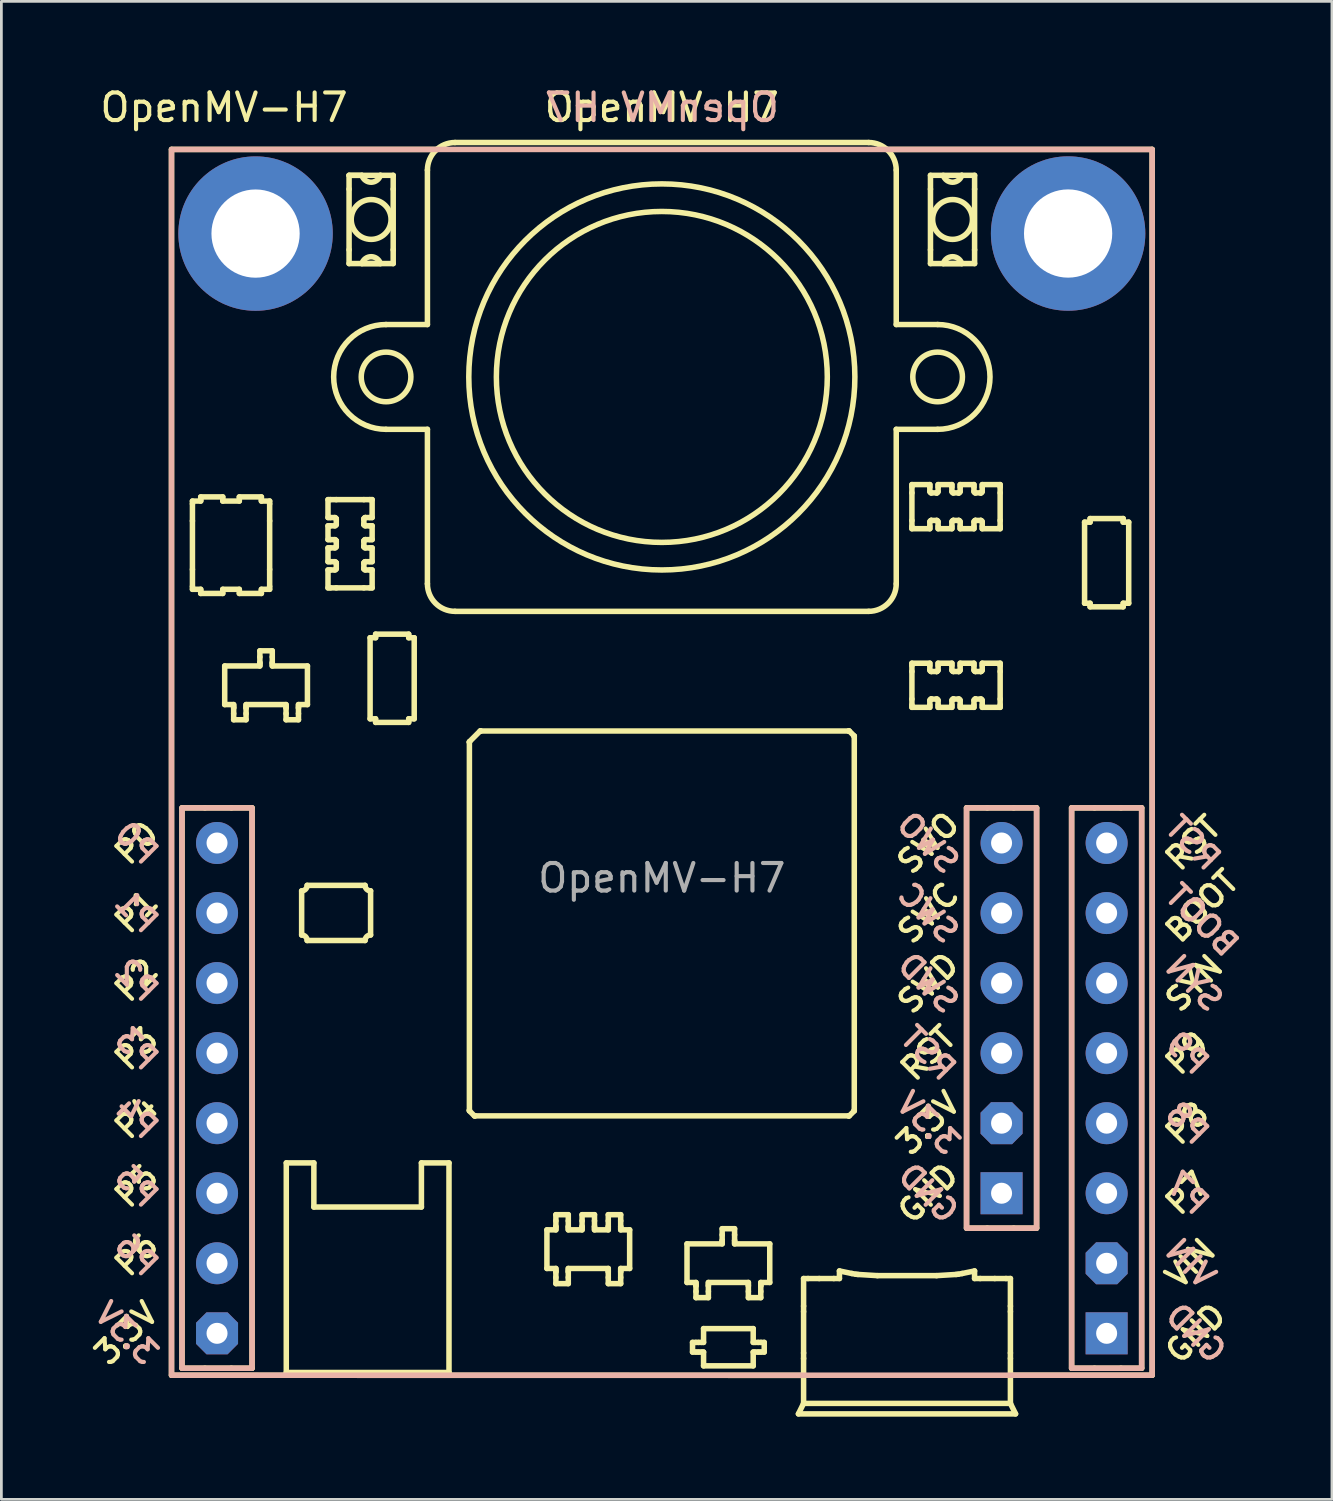
<source format=kicad_pcb>
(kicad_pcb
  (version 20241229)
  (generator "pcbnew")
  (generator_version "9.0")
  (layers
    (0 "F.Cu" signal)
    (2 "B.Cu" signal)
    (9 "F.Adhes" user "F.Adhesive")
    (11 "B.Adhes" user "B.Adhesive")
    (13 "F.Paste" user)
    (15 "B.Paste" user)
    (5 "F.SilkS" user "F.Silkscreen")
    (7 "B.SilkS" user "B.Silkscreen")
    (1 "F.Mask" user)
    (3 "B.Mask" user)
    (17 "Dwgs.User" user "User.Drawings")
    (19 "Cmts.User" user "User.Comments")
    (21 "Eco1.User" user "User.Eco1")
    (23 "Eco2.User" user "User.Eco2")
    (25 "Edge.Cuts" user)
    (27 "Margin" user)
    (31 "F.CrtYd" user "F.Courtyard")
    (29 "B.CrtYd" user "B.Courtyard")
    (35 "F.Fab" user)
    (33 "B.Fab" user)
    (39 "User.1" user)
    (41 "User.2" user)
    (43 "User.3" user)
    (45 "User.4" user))
  (footprint "OpenMV-H7"
    (layer "F.Cu")
    (at 20.949 27.518)
    (property "Reference" "OpenMV-H7" (at -15.875 -26.67 0) (layer "F.SilkS") (effects (font (size 1 1) (thickness 0.15))))
    (attr through_hole)
    (fp_line (start -17.78 -25.15) (end -17.78 19.3) (stroke (width 0.2) (type default)) (layer "F.SilkS"))
    (fp_line (start -17.78 -25.15) (end -8.128 -25.15) (stroke (width 0.2) (type default)) (layer "F.SilkS"))
    (fp_line (start -17.78 19.3) (end 5.08 19.304) (stroke (width 0.2) (type default)) (layer "F.SilkS"))
    (fp_line (start -17.399 -1.274) (end -17.399 19.046) (stroke (width 0.2) (type default)) (layer "F.SilkS"))
    (fp_line (start -17.399 19.046) (end -16.569 19.046) (stroke (width 0.2) (type default)) (layer "F.SilkS"))
    (fp_line (start -17.021 -12.399) (end -17.021 -12.299) (stroke (width 0.2) (type default)) (layer "F.SilkS"))
    (fp_line (start -17.021 -12.299) (end -17.021 -11.679) (stroke (width 0.2) (type default)) (layer "F.SilkS"))
    (fp_line (start -17.021 -11.679) (end -17.021 -9.919) (stroke (width 0.2) (type default)) (layer "F.SilkS"))
    (fp_line (start -17.021 -9.919) (end -17.021 -9.299) (stroke (width 0.2) (type default)) (layer "F.SilkS"))
    (fp_line (start -17.021 -9.299) (end -17.021 -9.199) (stroke (width 0.2) (type default)) (layer "F.SilkS"))
    (fp_line (start -17.021 -9.199) (end -16.721 -9.199) (stroke (width 0.2) (type default)) (layer "F.SilkS"))
    (fp_line (start -16.721 -12.549) (end -16.721 -12.449) (stroke (width 0.2) (type default)) (layer "F.SilkS"))
    (fp_line (start -16.721 -12.449) (end -16.721 -12.399) (stroke (width 0.2) (type default)) (layer "F.SilkS"))
    (fp_line (start -16.721 -12.399) (end -17.021 -12.399) (stroke (width 0.2) (type default)) (layer "F.SilkS"))
    (fp_line (start -16.721 -9.199) (end -16.721 -9.149) (stroke (width 0.2) (type default)) (layer "F.SilkS"))
    (fp_line (start -16.721 -9.149) (end -16.721 -9.049) (stroke (width 0.2) (type default)) (layer "F.SilkS"))
    (fp_line (start -16.721 -9.049) (end -15.921 -9.049) (stroke (width 0.2) (type default)) (layer "F.SilkS"))
    (fp_line (start -16.569 -1.274) (end -17.399 -1.274) (stroke (width 0.2) (type default)) (layer "F.SilkS"))
    (fp_line (start -16.569 19.046) (end -15.609 19.046) (stroke (width 0.2) (type default)) (layer "F.SilkS"))
    (fp_line (start -15.921 -12.549) (end -16.721 -12.549) (stroke (width 0.2) (type default)) (layer "F.SilkS"))
    (fp_line (start -15.921 -12.449) (end -15.921 -12.549) (stroke (width 0.2) (type default)) (layer "F.SilkS"))
    (fp_line (start -15.921 -12.399) (end -15.921 -12.449) (stroke (width 0.2) (type default)) (layer "F.SilkS"))
    (fp_line (start -15.921 -9.199) (end -15.321 -9.199) (stroke (width 0.2) (type default)) (layer "F.SilkS"))
    (fp_line (start -15.921 -9.149) (end -15.921 -9.199) (stroke (width 0.2) (type default)) (layer "F.SilkS"))
    (fp_line (start -15.921 -9.049) (end -15.921 -9.149) (stroke (width 0.2) (type default)) (layer "F.SilkS"))
    (fp_line (start -15.851 -6.419) (end -15.851 -5.019) (stroke (width 0.2) (type default)) (layer "F.SilkS"))
    (fp_line (start -15.851 -5.019) (end -15.526 -5.019) (stroke (width 0.2) (type default)) (layer "F.SilkS"))
    (fp_line (start -15.609 -1.274) (end -16.569 -1.274) (stroke (width 0.2) (type default)) (layer "F.SilkS"))
    (fp_line (start -15.609 19.046) (end -14.859 19.046) (stroke (width 0.2) (type default)) (layer "F.SilkS"))
    (fp_line (start -15.526 -5.019) (end -15.526 -4.962) (stroke (width 0.2) (type default)) (layer "F.SilkS"))
    (fp_line (start -15.526 -4.962) (end -15.526 -4.913) (stroke (width 0.2) (type default)) (layer "F.SilkS"))
    (fp_line (start -15.526 -4.913) (end -15.526 -4.891) (stroke (width 0.2) (type default)) (layer "F.SilkS"))
    (fp_line (start -15.526 -4.891) (end -15.526 -4.692) (stroke (width 0.2) (type default)) (layer "F.SilkS"))
    (fp_line (start -15.526 -4.692) (end -15.526 -4.469) (stroke (width 0.2) (type default)) (layer "F.SilkS"))
    (fp_line (start -15.526 -4.469) (end -15.076 -4.469) (stroke (width 0.2) (type default)) (layer "F.SilkS"))
    (fp_line (start -15.321 -12.549) (end -15.321 -12.449) (stroke (width 0.2) (type default)) (layer "F.SilkS"))
    (fp_line (start -15.321 -12.449) (end -15.321 -12.399) (stroke (width 0.2) (type default)) (layer "F.SilkS"))
    (fp_line (start -15.321 -12.399) (end -15.921 -12.399) (stroke (width 0.2) (type default)) (layer "F.SilkS"))
    (fp_line (start -15.321 -9.199) (end -15.321 -9.149) (stroke (width 0.2) (type default)) (layer "F.SilkS"))
    (fp_line (start -15.321 -9.149) (end -15.321 -9.049) (stroke (width 0.2) (type default)) (layer "F.SilkS"))
    (fp_line (start -15.321 -9.049) (end -14.521 -9.049) (stroke (width 0.2) (type default)) (layer "F.SilkS"))
    (fp_line (start -15.076 -5.019) (end -13.626 -5.019) (stroke (width 0.2) (type default)) (layer "F.SilkS"))
    (fp_line (start -15.076 -4.962) (end -15.076 -5.019) (stroke (width 0.2) (type default)) (layer "F.SilkS"))
    (fp_line (start -15.076 -4.913) (end -15.076 -4.962) (stroke (width 0.2) (type default)) (layer "F.SilkS"))
    (fp_line (start -15.076 -4.891) (end -15.076 -4.913) (stroke (width 0.2) (type default)) (layer "F.SilkS"))
    (fp_line (start -15.076 -4.692) (end -15.076 -4.891) (stroke (width 0.2) (type default)) (layer "F.SilkS"))
    (fp_line (start -15.076 -4.469) (end -15.076 -4.692) (stroke (width 0.2) (type default)) (layer "F.SilkS"))
    (fp_line (start -14.859 -1.274) (end -15.609 -1.274) (stroke (width 0.2) (type default)) (layer "F.SilkS"))
    (fp_line (start -14.859 19.046) (end -14.859 -1.274) (stroke (width 0.2) (type default)) (layer "F.SilkS"))
    (fp_line (start -14.576 -6.969) (end -14.576 -6.746) (stroke (width 0.2) (type default)) (layer "F.SilkS"))
    (fp_line (start -14.576 -6.746) (end -14.576 -6.547) (stroke (width 0.2) (type default)) (layer "F.SilkS"))
    (fp_line (start -14.576 -6.547) (end -14.576 -6.525) (stroke (width 0.2) (type default)) (layer "F.SilkS"))
    (fp_line (start -14.576 -6.525) (end -14.576 -6.476) (stroke (width 0.2) (type default)) (layer "F.SilkS"))
    (fp_line (start -14.576 -6.476) (end -14.576 -6.419) (stroke (width 0.2) (type default)) (layer "F.SilkS"))
    (fp_line (start -14.576 -6.419) (end -15.851 -6.419) (stroke (width 0.2) (type default)) (layer "F.SilkS"))
    (fp_line (start -14.521 -12.549) (end -15.321 -12.549) (stroke (width 0.2) (type default)) (layer "F.SilkS"))
    (fp_line (start -14.521 -12.449) (end -14.521 -12.549) (stroke (width 0.2) (type default)) (layer "F.SilkS"))
    (fp_line (start -14.521 -12.399) (end -14.521 -12.449) (stroke (width 0.2) (type default)) (layer "F.SilkS"))
    (fp_line (start -14.521 -9.199) (end -14.221 -9.199) (stroke (width 0.2) (type default)) (layer "F.SilkS"))
    (fp_line (start -14.521 -9.149) (end -14.521 -9.199) (stroke (width 0.2) (type default)) (layer "F.SilkS"))
    (fp_line (start -14.521 -9.049) (end -14.521 -9.149) (stroke (width 0.2) (type default)) (layer "F.SilkS"))
    (fp_line (start -14.221 -12.399) (end -14.521 -12.399) (stroke (width 0.2) (type default)) (layer "F.SilkS"))
    (fp_line (start -14.221 -12.299) (end -14.221 -12.399) (stroke (width 0.2) (type default)) (layer "F.SilkS"))
    (fp_line (start -14.221 -11.679) (end -14.221 -12.299) (stroke (width 0.2) (type default)) (layer "F.SilkS"))
    (fp_line (start -14.221 -9.919) (end -14.221 -11.679) (stroke (width 0.2) (type default)) (layer "F.SilkS"))
    (fp_line (start -14.221 -9.299) (end -14.221 -9.919) (stroke (width 0.2) (type default)) (layer "F.SilkS"))
    (fp_line (start -14.221 -9.199) (end -14.221 -9.299) (stroke (width 0.2) (type default)) (layer "F.SilkS"))
    (fp_line (start -14.126 -6.969) (end -14.576 -6.969) (stroke (width 0.2) (type default)) (layer "F.SilkS"))
    (fp_line (start -14.126 -6.746) (end -14.126 -6.969) (stroke (width 0.2) (type default)) (layer "F.SilkS"))
    (fp_line (start -14.126 -6.547) (end -14.126 -6.746) (stroke (width 0.2) (type default)) (layer "F.SilkS"))
    (fp_line (start -14.126 -6.525) (end -14.126 -6.547) (stroke (width 0.2) (type default)) (layer "F.SilkS"))
    (fp_line (start -14.126 -6.476) (end -14.126 -6.525) (stroke (width 0.2) (type default)) (layer "F.SilkS"))
    (fp_line (start -14.126 -6.419) (end -14.126 -6.476) (stroke (width 0.2) (type default)) (layer "F.SilkS"))
    (fp_line (start -13.626 -5.019) (end -13.626 -4.962) (stroke (width 0.2) (type default)) (layer "F.SilkS"))
    (fp_line (start -13.626 -4.962) (end -13.626 -4.913) (stroke (width 0.2) (type default)) (layer "F.SilkS"))
    (fp_line (start -13.626 -4.913) (end -13.626 -4.891) (stroke (width 0.2) (type default)) (layer "F.SilkS"))
    (fp_line (start -13.626 -4.891) (end -13.626 -4.692) (stroke (width 0.2) (type default)) (layer "F.SilkS"))
    (fp_line (start -13.626 -4.692) (end -13.626 -4.469) (stroke (width 0.2) (type default)) (layer "F.SilkS"))
    (fp_line (start -13.626 -4.469) (end -13.176 -4.469) (stroke (width 0.2) (type default)) (layer "F.SilkS"))
    (fp_line (start -13.618 11.6) (end -13.618 19.2) (stroke (width 0.2) (type default)) (layer "F.SilkS"))
    (fp_line (start -13.618 19.2) (end -7.718 19.2) (stroke (width 0.2) (type default)) (layer "F.SilkS"))
    (fp_line (start -13.176 -5.019) (end -12.851 -5.019) (stroke (width 0.2) (type default)) (layer "F.SilkS"))
    (fp_line (start -13.176 -4.962) (end -13.176 -5.019) (stroke (width 0.2) (type default)) (layer "F.SilkS"))
    (fp_line (start -13.176 -4.913) (end -13.176 -4.962) (stroke (width 0.2) (type default)) (layer "F.SilkS"))
    (fp_line (start -13.176 -4.891) (end -13.176 -4.913) (stroke (width 0.2) (type default)) (layer "F.SilkS"))
    (fp_line (start -13.176 -4.692) (end -13.176 -4.891) (stroke (width 0.2) (type default)) (layer "F.SilkS"))
    (fp_line (start -13.176 -4.469) (end -13.176 -4.692) (stroke (width 0.2) (type default)) (layer "F.SilkS"))
    (fp_line (start -13.061 1.736) (end -13.061 3.336) (stroke (width 0.2) (type default)) (layer "F.SilkS"))
    (fp_line (start -12.861 3.536) (end -10.761 3.536) (stroke (width 0.2) (type default)) (layer "F.SilkS"))
    (fp_line (start -12.851 -6.419) (end -14.126 -6.419) (stroke (width 0.2) (type default)) (layer "F.SilkS"))
    (fp_line (start -12.851 -5.019) (end -12.851 -6.419) (stroke (width 0.2) (type default)) (layer "F.SilkS"))
    (fp_line (start -12.618 11.6) (end -13.618 11.6) (stroke (width 0.2) (type default)) (layer "F.SilkS"))
    (fp_line (start -12.618 13.2) (end -12.618 11.6) (stroke (width 0.2) (type default)) (layer "F.SilkS"))
    (fp_line (start -12.105 -12.451) (end -12.105 -11.801) (stroke (width 0.2) (type default)) (layer "F.SilkS"))
    (fp_line (start -12.105 -11.801) (end -12.02 -11.801) (stroke (width 0.2) (type default)) (layer "F.SilkS"))
    (fp_line (start -12.105 -11.501) (end -12.105 -11.001) (stroke (width 0.2) (type default)) (layer "F.SilkS"))
    (fp_line (start -12.105 -11.001) (end -12.02 -11.001) (stroke (width 0.2) (type default)) (layer "F.SilkS"))
    (fp_line (start -12.105 -10.701) (end -12.105 -10.201) (stroke (width 0.2) (type default)) (layer "F.SilkS"))
    (fp_line (start -12.105 -10.201) (end -12.02 -10.201) (stroke (width 0.2) (type default)) (layer "F.SilkS"))
    (fp_line (start -12.105 -9.901) (end -12.105 -9.251) (stroke (width 0.2) (type default)) (layer "F.SilkS"))
    (fp_line (start -12.105 -9.251) (end -12.02 -9.251) (stroke (width 0.2) (type default)) (layer "F.SilkS"))
    (fp_line (start -12.02 -12.451) (end -12.105 -12.451) (stroke (width 0.2) (type default)) (layer "F.SilkS"))
    (fp_line (start -12.02 -11.801) (end -11.855 -11.801) (stroke (width 0.2) (type default)) (layer "F.SilkS"))
    (fp_line (start -12.02 -11.501) (end -12.105 -11.501) (stroke (width 0.2) (type default)) (layer "F.SilkS"))
    (fp_line (start -12.02 -11.001) (end -11.855 -11.001) (stroke (width 0.2) (type default)) (layer "F.SilkS"))
    (fp_line (start -12.02 -10.701) (end -12.105 -10.701) (stroke (width 0.2) (type default)) (layer "F.SilkS"))
    (fp_line (start -12.02 -10.201) (end -11.855 -10.201) (stroke (width 0.2) (type default)) (layer "F.SilkS"))
    (fp_line (start -12.02 -9.901) (end -12.105 -9.901) (stroke (width 0.2) (type default)) (layer "F.SilkS"))
    (fp_line (start -12.02 -9.251) (end -11.805 -9.251) (stroke (width 0.2) (type default)) (layer "F.SilkS"))
    (fp_line (start -11.855 -11.501) (end -12.02 -11.501) (stroke (width 0.2) (type default)) (layer "F.SilkS"))
    (fp_line (start -11.855 -10.701) (end -12.02 -10.701) (stroke (width 0.2) (type default)) (layer "F.SilkS"))
    (fp_line (start -11.855 -9.901) (end -12.02 -9.901) (stroke (width 0.2) (type default)) (layer "F.SilkS"))
    (fp_line (start -11.805 -12.451) (end -12.02 -12.451) (stroke (width 0.2) (type default)) (layer "F.SilkS"))
    (fp_line (start -11.805 -11.752) (end -11.805 -11.748) (stroke (width 0.2) (type default)) (layer "F.SilkS"))
    (fp_line (start -11.805 -11.749) (end -11.805 -11.552) (stroke (width 0.2) (type default)) (layer "F.SilkS"))
    (fp_line (start -11.805 -11.748) (end -11.805 -11.749) (stroke (width 0.2) (type default)) (layer "F.SilkS"))
    (fp_line (start -11.805 -11.552) (end -11.805 -11.549) (stroke (width 0.2) (type default)) (layer "F.SilkS"))
    (fp_line (start -11.805 -10.952) (end -11.805 -10.948) (stroke (width 0.2) (type default)) (layer "F.SilkS"))
    (fp_line (start -11.805 -10.949) (end -11.805 -10.752) (stroke (width 0.2) (type default)) (layer "F.SilkS"))
    (fp_line (start -11.805 -10.948) (end -11.805 -10.949) (stroke (width 0.2) (type default)) (layer "F.SilkS"))
    (fp_line (start -11.805 -10.752) (end -11.805 -10.749) (stroke (width 0.2) (type default)) (layer "F.SilkS"))
    (fp_line (start -11.805 -10.152) (end -11.805 -10.149) (stroke (width 0.2) (type default)) (layer "F.SilkS"))
    (fp_line (start -11.805 -10.149) (end -11.805 -9.952) (stroke (width 0.2) (type default)) (layer "F.SilkS"))
    (fp_line (start -11.805 -10.149) (end -11.805 -10.149) (stroke (width 0.2) (type default)) (layer "F.SilkS"))
    (fp_line (start -11.805 -9.952) (end -11.805 -9.949) (stroke (width 0.2) (type default)) (layer "F.SilkS"))
    (fp_line (start -11.805 -9.251) (end -10.805 -9.251) (stroke (width 0.2) (type default)) (layer "F.SilkS"))
    (fp_line (start -11.341 -24.21) (end -10.206 -24.21) (stroke (width 0.2) (type default)) (layer "F.SilkS"))
    (fp_line (start -11.341 -23.71) (end -11.341 -24.21) (stroke (width 0.2) (type default)) (layer "F.SilkS"))
    (fp_line (start -11.341 -21.51) (end -11.341 -23.71) (stroke (width 0.2) (type default)) (layer "F.SilkS"))
    (fp_line (start -11.341 -21.01) (end -11.341 -21.51) (stroke (width 0.2) (type default)) (layer "F.SilkS"))
    (fp_line (start -10.876 -24.21) (end -11.341 -24.21) (stroke (width 0.2) (type default)) (layer "F.SilkS"))
    (fp_line (start -10.805 -12.451) (end -11.805 -12.451) (stroke (width 0.2) (type default)) (layer "F.SilkS"))
    (fp_line (start -10.805 -11.749) (end -10.805 -11.752) (stroke (width 0.2) (type default)) (layer "F.SilkS"))
    (fp_line (start -10.805 -11.553) (end -10.805 -11.552) (stroke (width 0.2) (type default)) (layer "F.SilkS"))
    (fp_line (start -10.805 -11.552) (end -10.805 -11.749) (stroke (width 0.2) (type default)) (layer "F.SilkS"))
    (fp_line (start -10.805 -11.549) (end -10.805 -11.553) (stroke (width 0.2) (type default)) (layer "F.SilkS"))
    (fp_line (start -10.805 -10.949) (end -10.805 -10.952) (stroke (width 0.2) (type default)) (layer "F.SilkS"))
    (fp_line (start -10.805 -10.753) (end -10.805 -10.752) (stroke (width 0.2) (type default)) (layer "F.SilkS"))
    (fp_line (start -10.805 -10.752) (end -10.805 -10.949) (stroke (width 0.2) (type default)) (layer "F.SilkS"))
    (fp_line (start -10.805 -10.749) (end -10.805 -10.753) (stroke (width 0.2) (type default)) (layer "F.SilkS"))
    (fp_line (start -10.805 -10.149) (end -10.805 -10.152) (stroke (width 0.2) (type default)) (layer "F.SilkS"))
    (fp_line (start -10.805 -9.953) (end -10.805 -9.952) (stroke (width 0.2) (type default)) (layer "F.SilkS"))
    (fp_line (start -10.805 -9.952) (end -10.805 -10.149) (stroke (width 0.2) (type default)) (layer "F.SilkS"))
    (fp_line (start -10.805 -9.949) (end -10.805 -9.953) (stroke (width 0.2) (type default)) (layer "F.SilkS"))
    (fp_line (start -10.805 -9.251) (end -10.591 -9.251) (stroke (width 0.2) (type default)) (layer "F.SilkS"))
    (fp_line (start -10.761 1.536) (end -12.861 1.536) (stroke (width 0.2) (type default)) (layer "F.SilkS"))
    (fp_line (start -10.755 -11.801) (end -10.591 -11.801) (stroke (width 0.2) (type default)) (layer "F.SilkS"))
    (fp_line (start -10.755 -11.801) (end -10.755 -11.801) (stroke (width 0.2) (type default)) (layer "F.SilkS"))
    (fp_line (start -10.755 -11.001) (end -10.591 -11.001) (stroke (width 0.2) (type default)) (layer "F.SilkS"))
    (fp_line (start -10.755 -11.001) (end -10.755 -11.001) (stroke (width 0.2) (type default)) (layer "F.SilkS"))
    (fp_line (start -10.755 -10.201) (end -10.591 -10.201) (stroke (width 0.2) (type default)) (layer "F.SilkS"))
    (fp_line (start -10.755 -10.201) (end -10.755 -10.201) (stroke (width 0.2) (type default)) (layer "F.SilkS"))
    (fp_line (start -10.591 -12.451) (end -10.805 -12.451) (stroke (width 0.2) (type default)) (layer "F.SilkS"))
    (fp_line (start -10.591 -11.801) (end -10.505 -11.801) (stroke (width 0.2) (type default)) (layer "F.SilkS"))
    (fp_line (start -10.591 -11.501) (end -10.755 -11.501) (stroke (width 0.2) (type default)) (layer "F.SilkS"))
    (fp_line (start -10.591 -11.001) (end -10.505 -11.001) (stroke (width 0.2) (type default)) (layer "F.SilkS"))
    (fp_line (start -10.591 -10.701) (end -10.755 -10.701) (stroke (width 0.2) (type default)) (layer "F.SilkS"))
    (fp_line (start -10.591 -10.201) (end -10.505 -10.201) (stroke (width 0.2) (type default)) (layer "F.SilkS"))
    (fp_line (start -10.591 -9.901) (end -10.755 -9.901) (stroke (width 0.2) (type default)) (layer "F.SilkS"))
    (fp_line (start -10.591 -9.251) (end -10.505 -9.251) (stroke (width 0.2) (type default)) (layer "F.SilkS"))
    (fp_line (start -10.579 -7.443) (end -10.379 -7.443) (stroke (width 0.2) (type default)) (layer "F.SilkS"))
    (fp_line (start -10.579 -4.503) (end -10.579 -7.443) (stroke (width 0.2) (type default)) (layer "F.SilkS"))
    (fp_line (start -10.561 3.336) (end -10.561 1.736) (stroke (width 0.2) (type default)) (layer "F.SilkS"))
    (fp_line (start -10.505 -12.451) (end -10.591 -12.451) (stroke (width 0.2) (type default)) (layer "F.SilkS"))
    (fp_line (start -10.505 -11.801) (end -10.505 -12.451) (stroke (width 0.2) (type default)) (layer "F.SilkS"))
    (fp_line (start -10.505 -11.501) (end -10.591 -11.501) (stroke (width 0.2) (type default)) (layer "F.SilkS"))
    (fp_line (start -10.505 -11.001) (end -10.505 -11.501) (stroke (width 0.2) (type default)) (layer "F.SilkS"))
    (fp_line (start -10.505 -10.701) (end -10.591 -10.701) (stroke (width 0.2) (type default)) (layer "F.SilkS"))
    (fp_line (start -10.505 -10.201) (end -10.505 -10.701) (stroke (width 0.2) (type default)) (layer "F.SilkS"))
    (fp_line (start -10.505 -9.901) (end -10.591 -9.901) (stroke (width 0.2) (type default)) (layer "F.SilkS"))
    (fp_line (start -10.505 -9.251) (end -10.505 -9.901) (stroke (width 0.2) (type default)) (layer "F.SilkS"))
    (fp_line (start -10.379 -7.573) (end -9.179 -7.573) (stroke (width 0.2) (type default)) (layer "F.SilkS"))
    (fp_line (start -10.379 -7.443) (end -10.379 -7.573) (stroke (width 0.2) (type default)) (layer "F.SilkS"))
    (fp_line (start -10.379 -4.503) (end -10.579 -4.503) (stroke (width 0.2) (type default)) (layer "F.SilkS"))
    (fp_line (start -10.379 -4.373) (end -10.379 -4.503) (stroke (width 0.2) (type default)) (layer "F.SilkS"))
    (fp_line (start -10.206 -24.21) (end -9.741 -24.21) (stroke (width 0.2) (type default)) (layer "F.SilkS"))
    (fp_line (start -10.206 -21.01) (end -11.341 -21.01) (stroke (width 0.2) (type default)) (layer "F.SilkS"))
    (fp_line (start -10 -15) (end -8.5 -15) (stroke (width 0.2) (type default)) (layer "F.SilkS"))
    (fp_line (start -9.741 -24.21) (end -9.741 -23.71) (stroke (width 0.2) (type default)) (layer "F.SilkS"))
    (fp_line (start -9.741 -23.71) (end -9.741 -21.51) (stroke (width 0.2) (type default)) (layer "F.SilkS"))
    (fp_line (start -9.741 -21.51) (end -9.741 -21.01) (stroke (width 0.2) (type default)) (layer "F.SilkS"))
    (fp_line (start -9.741 -21.01) (end -10.876 -21.01) (stroke (width 0.2) (type default)) (layer "F.SilkS"))
    (fp_line (start -9.179 -7.573) (end -9.179 -7.443) (stroke (width 0.2) (type default)) (layer "F.SilkS"))
    (fp_line (start -9.179 -7.443) (end -8.979 -7.443) (stroke (width 0.2) (type default)) (layer "F.SilkS"))
    (fp_line (start -9.179 -4.503) (end -9.179 -4.373) (stroke (width 0.2) (type default)) (layer "F.SilkS"))
    (fp_line (start -9.179 -4.373) (end -10.379 -4.373) (stroke (width 0.2) (type default)) (layer "F.SilkS"))
    (fp_line (start -8.979 -7.443) (end -8.979 -4.503) (stroke (width 0.2) (type default)) (layer "F.SilkS"))
    (fp_line (start -8.979 -4.503) (end -9.179 -4.503) (stroke (width 0.2) (type default)) (layer "F.SilkS"))
    (fp_line (start -8.718 11.6) (end -8.718 13.2) (stroke (width 0.2) (type default)) (layer "F.SilkS"))
    (fp_line (start -8.718 13.2) (end -12.618 13.2) (stroke (width 0.2) (type default)) (layer "F.SilkS"))
    (fp_line (start -8.5 -24.4) (end -8.5 -18.8) (stroke (width 0.2) (type default)) (layer "F.SilkS"))
    (fp_line (start -8.5 -18.8) (end -10 -18.8) (stroke (width 0.2) (type default)) (layer "F.SilkS"))
    (fp_line (start -8.5 -15) (end -8.509 -14.478) (stroke (width 0.1) (type default)) (layer "F.SilkS"))
    (fp_line (start -8.5 -15) (end -8.5 -9.4) (stroke (width 0.2) (type default)) (layer "F.SilkS"))
    (fp_line (start -7.718 11.6) (end -8.718 11.6) (stroke (width 0.2) (type default)) (layer "F.SilkS"))
    (fp_line (start -7.718 19.2) (end -7.718 11.6) (stroke (width 0.2) (type default)) (layer "F.SilkS"))
    (fp_line (start -7.5 -8.4) (end 7.5 -8.4) (stroke (width 0.2) (type default)) (layer "F.SilkS"))
    (fp_line (start -6.978 -3.672) (end -6.589 -4.061) (stroke (width 0.2) (type default)) (layer "F.SilkS"))
    (fp_line (start -6.978 -3.654) (end -6.978 -3.672) (stroke (width 0.2) (type default)) (layer "F.SilkS"))
    (fp_line (start -6.978 -3.648) (end -6.978 -3.654) (stroke (width 0.2) (type default)) (layer "F.SilkS"))
    (fp_line (start -6.978 9.688) (end -6.978 -3.648) (stroke (width 0.2) (type default)) (layer "F.SilkS"))
    (fp_line (start -6.978 9.694) (end -6.978 9.688) (stroke (width 0.2) (type default)) (layer "F.SilkS"))
    (fp_line (start -6.978 9.713) (end -6.978 9.694) (stroke (width 0.2) (type default)) (layer "F.SilkS"))
    (fp_line (start -6.796 9.895) (end -6.978 9.713) (stroke (width 0.2) (type default)) (layer "F.SilkS"))
    (fp_line (start -6.777 9.895) (end -6.796 9.895) (stroke (width 0.2) (type default)) (layer "F.SilkS"))
    (fp_line (start -6.771 9.895) (end -6.777 9.895) (stroke (width 0.2) (type default)) (layer "F.SilkS"))
    (fp_line (start -6.589 -4.061) (end -6.571 -4.061) (stroke (width 0.2) (type default)) (layer "F.SilkS"))
    (fp_line (start -6.571 -4.061) (end -6.565 -4.061) (stroke (width 0.2) (type default)) (layer "F.SilkS"))
    (fp_line (start -6.565 -4.061) (end 6.771 -4.061) (stroke (width 0.2) (type default)) (layer "F.SilkS"))
    (fp_line (start -4.167 14.028) (end -4.167 15.428) (stroke (width 0.2) (type default)) (layer "F.SilkS"))
    (fp_line (start -4.167 15.428) (end -3.842 15.428) (stroke (width 0.2) (type default)) (layer "F.SilkS"))
    (fp_line (start -3.842 13.478) (end -3.842 13.701) (stroke (width 0.2) (type default)) (layer "F.SilkS"))
    (fp_line (start -3.842 13.701) (end -3.842 13.9) (stroke (width 0.2) (type default)) (layer "F.SilkS"))
    (fp_line (start -3.842 13.9) (end -3.842 13.922) (stroke (width 0.2) (type default)) (layer "F.SilkS"))
    (fp_line (start -3.842 13.922) (end -3.842 13.971) (stroke (width 0.2) (type default)) (layer "F.SilkS"))
    (fp_line (start -3.842 13.971) (end -3.842 14.028) (stroke (width 0.2) (type default)) (layer "F.SilkS"))
    (fp_line (start -3.842 14.028) (end -4.167 14.028) (stroke (width 0.2) (type default)) (layer "F.SilkS"))
    (fp_line (start -3.842 15.428) (end -3.842 15.485) (stroke (width 0.2) (type default)) (layer "F.SilkS"))
    (fp_line (start -3.842 15.485) (end -3.842 15.534) (stroke (width 0.2) (type default)) (layer "F.SilkS"))
    (fp_line (start -3.842 15.534) (end -3.842 15.556) (stroke (width 0.2) (type default)) (layer "F.SilkS"))
    (fp_line (start -3.842 15.556) (end -3.842 15.755) (stroke (width 0.2) (type default)) (layer "F.SilkS"))
    (fp_line (start -3.842 15.755) (end -3.842 15.978) (stroke (width 0.2) (type default)) (layer "F.SilkS"))
    (fp_line (start -3.842 15.978) (end -3.392 15.978) (stroke (width 0.2) (type default)) (layer "F.SilkS"))
    (fp_line (start -3.392 13.478) (end -3.842 13.478) (stroke (width 0.2) (type default)) (layer "F.SilkS"))
    (fp_line (start -3.392 13.701) (end -3.392 13.478) (stroke (width 0.2) (type default)) (layer "F.SilkS"))
    (fp_line (start -3.392 13.9) (end -3.392 13.701) (stroke (width 0.2) (type default)) (layer "F.SilkS"))
    (fp_line (start -3.392 13.922) (end -3.392 13.9) (stroke (width 0.2) (type default)) (layer "F.SilkS"))
    (fp_line (start -3.392 13.971) (end -3.392 13.922) (stroke (width 0.2) (type default)) (layer "F.SilkS"))
    (fp_line (start -3.392 14.028) (end -3.392 13.971) (stroke (width 0.2) (type default)) (layer "F.SilkS"))
    (fp_line (start -3.392 15.428) (end -1.942 15.428) (stroke (width 0.2) (type default)) (layer "F.SilkS"))
    (fp_line (start -3.392 15.485) (end -3.392 15.428) (stroke (width 0.2) (type default)) (layer "F.SilkS"))
    (fp_line (start -3.392 15.534) (end -3.392 15.485) (stroke (width 0.2) (type default)) (layer "F.SilkS"))
    (fp_line (start -3.392 15.556) (end -3.392 15.534) (stroke (width 0.2) (type default)) (layer "F.SilkS"))
    (fp_line (start -3.392 15.755) (end -3.392 15.556) (stroke (width 0.2) (type default)) (layer "F.SilkS"))
    (fp_line (start -3.392 15.978) (end -3.392 15.755) (stroke (width 0.2) (type default)) (layer "F.SilkS"))
    (fp_line (start -2.892 13.478) (end -2.892 13.701) (stroke (width 0.2) (type default)) (layer "F.SilkS"))
    (fp_line (start -2.892 13.701) (end -2.892 13.9) (stroke (width 0.2) (type default)) (layer "F.SilkS"))
    (fp_line (start -2.892 13.9) (end -2.892 13.922) (stroke (width 0.2) (type default)) (layer "F.SilkS"))
    (fp_line (start -2.892 13.922) (end -2.892 13.971) (stroke (width 0.2) (type default)) (layer "F.SilkS"))
    (fp_line (start -2.892 13.971) (end -2.892 14.028) (stroke (width 0.2) (type default)) (layer "F.SilkS"))
    (fp_line (start -2.892 14.028) (end -3.392 14.028) (stroke (width 0.2) (type default)) (layer "F.SilkS"))
    (fp_line (start -2.442 13.478) (end -2.892 13.478) (stroke (width 0.2) (type default)) (layer "F.SilkS"))
    (fp_line (start -2.442 13.701) (end -2.442 13.478) (stroke (width 0.2) (type default)) (layer "F.SilkS"))
    (fp_line (start -2.442 13.9) (end -2.442 13.701) (stroke (width 0.2) (type default)) (layer "F.SilkS"))
    (fp_line (start -2.442 13.922) (end -2.442 13.9) (stroke (width 0.2) (type default)) (layer "F.SilkS"))
    (fp_line (start -2.442 13.971) (end -2.442 13.922) (stroke (width 0.2) (type default)) (layer "F.SilkS"))
    (fp_line (start -2.442 14.028) (end -2.442 13.971) (stroke (width 0.2) (type default)) (layer "F.SilkS"))
    (fp_line (start -1.942 13.478) (end -1.942 13.701) (stroke (width 0.2) (type default)) (layer "F.SilkS"))
    (fp_line (start -1.942 13.701) (end -1.942 13.9) (stroke (width 0.2) (type default)) (layer "F.SilkS"))
    (fp_line (start -1.942 13.9) (end -1.942 13.922) (stroke (width 0.2) (type default)) (layer "F.SilkS"))
    (fp_line (start -1.942 13.922) (end -1.942 13.971) (stroke (width 0.2) (type default)) (layer "F.SilkS"))
    (fp_line (start -1.942 13.971) (end -1.942 14.028) (stroke (width 0.2) (type default)) (layer "F.SilkS"))
    (fp_line (start -1.942 14.028) (end -2.442 14.028) (stroke (width 0.2) (type default)) (layer "F.SilkS"))
    (fp_line (start -1.942 15.428) (end -1.942 15.485) (stroke (width 0.2) (type default)) (layer "F.SilkS"))
    (fp_line (start -1.942 15.485) (end -1.942 15.534) (stroke (width 0.2) (type default)) (layer "F.SilkS"))
    (fp_line (start -1.942 15.534) (end -1.942 15.556) (stroke (width 0.2) (type default)) (layer "F.SilkS"))
    (fp_line (start -1.942 15.556) (end -1.942 15.755) (stroke (width 0.2) (type default)) (layer "F.SilkS"))
    (fp_line (start -1.942 15.755) (end -1.942 15.978) (stroke (width 0.2) (type default)) (layer "F.SilkS"))
    (fp_line (start -1.942 15.978) (end -1.492 15.978) (stroke (width 0.2) (type default)) (layer "F.SilkS"))
    (fp_line (start -1.492 13.478) (end -1.942 13.478) (stroke (width 0.2) (type default)) (layer "F.SilkS"))
    (fp_line (start -1.492 13.701) (end -1.492 13.478) (stroke (width 0.2) (type default)) (layer "F.SilkS"))
    (fp_line (start -1.492 13.9) (end -1.492 13.701) (stroke (width 0.2) (type default)) (layer "F.SilkS"))
    (fp_line (start -1.492 13.922) (end -1.492 13.9) (stroke (width 0.2) (type default)) (layer "F.SilkS"))
    (fp_line (start -1.492 13.971) (end -1.492 13.922) (stroke (width 0.2) (type default)) (layer "F.SilkS"))
    (fp_line (start -1.492 14.028) (end -1.492 13.971) (stroke (width 0.2) (type default)) (layer "F.SilkS"))
    (fp_line (start -1.492 15.428) (end -1.167 15.428) (stroke (width 0.2) (type default)) (layer "F.SilkS"))
    (fp_line (start -1.492 15.485) (end -1.492 15.428) (stroke (width 0.2) (type default)) (layer "F.SilkS"))
    (fp_line (start -1.492 15.534) (end -1.492 15.485) (stroke (width 0.2) (type default)) (layer "F.SilkS"))
    (fp_line (start -1.492 15.556) (end -1.492 15.534) (stroke (width 0.2) (type default)) (layer "F.SilkS"))
    (fp_line (start -1.492 15.755) (end -1.492 15.556) (stroke (width 0.2) (type default)) (layer "F.SilkS"))
    (fp_line (start -1.492 15.978) (end -1.492 15.755) (stroke (width 0.2) (type default)) (layer "F.SilkS"))
    (fp_line (start -1.167 14.028) (end -1.492 14.028) (stroke (width 0.2) (type default)) (layer "F.SilkS"))
    (fp_line (start -1.167 15.428) (end -1.167 14.028) (stroke (width 0.2) (type default)) (layer "F.SilkS"))
    (fp_line (start 0.913 14.536) (end 0.913 15.936) (stroke (width 0.2) (type default)) (layer "F.SilkS"))
    (fp_line (start 0.913 15.936) (end 1.238 15.936) (stroke (width 0.2) (type default)) (layer "F.SilkS"))
    (fp_line (start 1.113 18.109) (end 1.232 18.109) (stroke (width 0.2) (type default)) (layer "F.SilkS"))
    (fp_line (start 1.113 18.459) (end 1.113 18.109) (stroke (width 0.2) (type default)) (layer "F.SilkS"))
    (fp_line (start 1.232 18.109) (end 1.33 18.109) (stroke (width 0.2) (type default)) (layer "F.SilkS"))
    (fp_line (start 1.232 18.459) (end 1.113 18.459) (stroke (width 0.2) (type default)) (layer "F.SilkS"))
    (fp_line (start 1.238 15.936) (end 1.238 15.993) (stroke (width 0.2) (type default)) (layer "F.SilkS"))
    (fp_line (start 1.238 15.993) (end 1.238 16.042) (stroke (width 0.2) (type default)) (layer "F.SilkS"))
    (fp_line (start 1.238 16.042) (end 1.238 16.064) (stroke (width 0.2) (type default)) (layer "F.SilkS"))
    (fp_line (start 1.238 16.064) (end 1.238 16.263) (stroke (width 0.2) (type default)) (layer "F.SilkS"))
    (fp_line (start 1.238 16.263) (end 1.238 16.486) (stroke (width 0.2) (type default)) (layer "F.SilkS"))
    (fp_line (start 1.238 16.486) (end 1.688 16.486) (stroke (width 0.2) (type default)) (layer "F.SilkS"))
    (fp_line (start 1.33 18.109) (end 1.446 18.109) (stroke (width 0.2) (type default)) (layer "F.SilkS"))
    (fp_line (start 1.33 18.459) (end 1.232 18.459) (stroke (width 0.2) (type default)) (layer "F.SilkS"))
    (fp_line (start 1.446 18.109) (end 1.513 18.109) (stroke (width 0.2) (type default)) (layer "F.SilkS"))
    (fp_line (start 1.446 18.459) (end 1.33 18.459) (stroke (width 0.2) (type default)) (layer "F.SilkS"))
    (fp_line (start 1.513 17.609) (end 3.313 17.609) (stroke (width 0.2) (type default)) (layer "F.SilkS"))
    (fp_line (start 1.513 18.109) (end 1.513 17.609) (stroke (width 0.2) (type default)) (layer "F.SilkS"))
    (fp_line (start 1.513 18.459) (end 1.446 18.459) (stroke (width 0.2) (type default)) (layer "F.SilkS"))
    (fp_line (start 1.513 18.959) (end 1.513 18.459) (stroke (width 0.2) (type default)) (layer "F.SilkS"))
    (fp_line (start 1.688 15.936) (end 3.138 15.936) (stroke (width 0.2) (type default)) (layer "F.SilkS"))
    (fp_line (start 1.688 15.993) (end 1.688 15.936) (stroke (width 0.2) (type default)) (layer "F.SilkS"))
    (fp_line (start 1.688 16.042) (end 1.688 15.993) (stroke (width 0.2) (type default)) (layer "F.SilkS"))
    (fp_line (start 1.688 16.064) (end 1.688 16.042) (stroke (width 0.2) (type default)) (layer "F.SilkS"))
    (fp_line (start 1.688 16.263) (end 1.688 16.064) (stroke (width 0.2) (type default)) (layer "F.SilkS"))
    (fp_line (start 1.688 16.486) (end 1.688 16.263) (stroke (width 0.2) (type default)) (layer "F.SilkS"))
    (fp_line (start 2.188 13.986) (end 2.188 14.209) (stroke (width 0.2) (type default)) (layer "F.SilkS"))
    (fp_line (start 2.188 14.209) (end 2.188 14.408) (stroke (width 0.2) (type default)) (layer "F.SilkS"))
    (fp_line (start 2.188 14.408) (end 2.188 14.43) (stroke (width 0.2) (type default)) (layer "F.SilkS"))
    (fp_line (start 2.188 14.43) (end 2.188 14.479) (stroke (width 0.2) (type default)) (layer "F.SilkS"))
    (fp_line (start 2.188 14.479) (end 2.188 14.536) (stroke (width 0.2) (type default)) (layer "F.SilkS"))
    (fp_line (start 2.188 14.536) (end 0.913 14.536) (stroke (width 0.2) (type default)) (layer "F.SilkS"))
    (fp_line (start 2.638 13.986) (end 2.188 13.986) (stroke (width 0.2) (type default)) (layer "F.SilkS"))
    (fp_line (start 2.638 14.209) (end 2.638 13.986) (stroke (width 0.2) (type default)) (layer "F.SilkS"))
    (fp_line (start 2.638 14.408) (end 2.638 14.209) (stroke (width 0.2) (type default)) (layer "F.SilkS"))
    (fp_line (start 2.638 14.43) (end 2.638 14.408) (stroke (width 0.2) (type default)) (layer "F.SilkS"))
    (fp_line (start 2.638 14.479) (end 2.638 14.43) (stroke (width 0.2) (type default)) (layer "F.SilkS"))
    (fp_line (start 2.638 14.536) (end 2.638 14.479) (stroke (width 0.2) (type default)) (layer "F.SilkS"))
    (fp_line (start 3.138 15.936) (end 3.138 15.993) (stroke (width 0.2) (type default)) (layer "F.SilkS"))
    (fp_line (start 3.138 15.993) (end 3.138 16.042) (stroke (width 0.2) (type default)) (layer "F.SilkS"))
    (fp_line (start 3.138 16.042) (end 3.138 16.064) (stroke (width 0.2) (type default)) (layer "F.SilkS"))
    (fp_line (start 3.138 16.064) (end 3.138 16.263) (stroke (width 0.2) (type default)) (layer "F.SilkS"))
    (fp_line (start 3.138 16.263) (end 3.138 16.486) (stroke (width 0.2) (type default)) (layer "F.SilkS"))
    (fp_line (start 3.138 16.486) (end 3.588 16.486) (stroke (width 0.2) (type default)) (layer "F.SilkS"))
    (fp_line (start 3.313 17.609) (end 3.313 18.109) (stroke (width 0.2) (type default)) (layer "F.SilkS"))
    (fp_line (start 3.313 18.109) (end 3.38 18.109) (stroke (width 0.2) (type default)) (layer "F.SilkS"))
    (fp_line (start 3.313 18.459) (end 3.313 18.959) (stroke (width 0.2) (type default)) (layer "F.SilkS"))
    (fp_line (start 3.313 18.959) (end 1.513 18.959) (stroke (width 0.2) (type default)) (layer "F.SilkS"))
    (fp_line (start 3.38 18.109) (end 3.496 18.109) (stroke (width 0.2) (type default)) (layer "F.SilkS"))
    (fp_line (start 3.38 18.459) (end 3.313 18.459) (stroke (width 0.2) (type default)) (layer "F.SilkS"))
    (fp_line (start 3.496 18.109) (end 3.594 18.109) (stroke (width 0.2) (type default)) (layer "F.SilkS"))
    (fp_line (start 3.496 18.459) (end 3.38 18.459) (stroke (width 0.2) (type default)) (layer "F.SilkS"))
    (fp_line (start 3.588 15.936) (end 3.913 15.936) (stroke (width 0.2) (type default)) (layer "F.SilkS"))
    (fp_line (start 3.588 15.993) (end 3.588 15.936) (stroke (width 0.2) (type default)) (layer "F.SilkS"))
    (fp_line (start 3.588 16.042) (end 3.588 15.993) (stroke (width 0.2) (type default)) (layer "F.SilkS"))
    (fp_line (start 3.588 16.064) (end 3.588 16.042) (stroke (width 0.2) (type default)) (layer "F.SilkS"))
    (fp_line (start 3.588 16.263) (end 3.588 16.064) (stroke (width 0.2) (type default)) (layer "F.SilkS"))
    (fp_line (start 3.588 16.486) (end 3.588 16.263) (stroke (width 0.2) (type default)) (layer "F.SilkS"))
    (fp_line (start 3.594 18.109) (end 3.713 18.109) (stroke (width 0.2) (type default)) (layer "F.SilkS"))
    (fp_line (start 3.594 18.459) (end 3.496 18.459) (stroke (width 0.2) (type default)) (layer "F.SilkS"))
    (fp_line (start 3.713 18.109) (end 3.713 18.459) (stroke (width 0.2) (type default)) (layer "F.SilkS"))
    (fp_line (start 3.713 18.459) (end 3.594 18.459) (stroke (width 0.2) (type default)) (layer "F.SilkS"))
    (fp_line (start 3.913 14.536) (end 2.638 14.536) (stroke (width 0.2) (type default)) (layer "F.SilkS"))
    (fp_line (start 3.913 15.936) (end 3.913 14.536) (stroke (width 0.2) (type default)) (layer "F.SilkS"))
    (fp_line (start 4.953 20.701) (end 12.827 20.701) (stroke (width 0.2) (type default)) (layer "F.SilkS"))
    (fp_line (start 5.14 15.793) (end 5.14 16.793) (stroke (width 0.2) (type default)) (layer "F.SilkS"))
    (fp_line (start 5.14 16.793) (end 5.14 16.992) (stroke (width 0.2) (type default)) (layer "F.SilkS"))
    (fp_line (start 5.14 16.992) (end 5.14 18.492) (stroke (width 0.2) (type default)) (layer "F.SilkS"))
    (fp_line (start 5.14 18.492) (end 5.14 18.692) (stroke (width 0.2) (type default)) (layer "F.SilkS"))
    (fp_line (start 5.14 18.692) (end 5.14 20.321) (stroke (width 0.2) (type default)) (layer "F.SilkS"))
    (fp_line (start 5.14 20.321) (end 4.953 20.701) (stroke (width 0.2) (type default)) (layer "F.SilkS"))
    (fp_line (start 5.14 20.321) (end 12.64 20.321) (stroke (width 0.2) (type default)) (layer "F.SilkS"))
    (fp_line (start 5.301 15.793) (end 5.14 15.793) (stroke (width 0.2) (type default)) (layer "F.SilkS"))
    (fp_line (start 5.707 15.793) (end 5.301 15.793) (stroke (width 0.2) (type default)) (layer "F.SilkS"))
    (fp_line (start 6.236 15.793) (end 5.707 15.793) (stroke (width 0.2) (type default)) (layer "F.SilkS"))
    (fp_line (start 6.44 15.518) (end 6.44 15.793) (stroke (width 0.2) (type default)) (layer "F.SilkS"))
    (fp_line (start 6.44 15.518) (end 6.89 15.611) (stroke (width 0.2) (type default)) (layer "F.SilkS"))
    (fp_line (start 6.44 15.793) (end 6.236 15.793) (stroke (width 0.2) (type default)) (layer "F.SilkS"))
    (fp_line (start 6.771 -4.061) (end 6.777 -4.061) (stroke (width 0.2) (type default)) (layer "F.SilkS"))
    (fp_line (start 6.771 9.895) (end -6.771 9.895) (stroke (width 0.2) (type default)) (layer "F.SilkS"))
    (fp_line (start 6.777 -4.061) (end 6.796 -4.061) (stroke (width 0.2) (type default)) (layer "F.SilkS"))
    (fp_line (start 6.777 9.895) (end 6.771 9.895) (stroke (width 0.2) (type default)) (layer "F.SilkS"))
    (fp_line (start 6.796 -4.061) (end 6.978 -3.879) (stroke (width 0.2) (type default)) (layer "F.SilkS"))
    (fp_line (start 6.796 9.895) (end 6.777 9.895) (stroke (width 0.2) (type default)) (layer "F.SilkS"))
    (fp_line (start 6.978 -3.879) (end 6.978 -3.86) (stroke (width 0.2) (type default)) (layer "F.SilkS"))
    (fp_line (start 6.978 -3.86) (end 6.978 -3.854) (stroke (width 0.2) (type default)) (layer "F.SilkS"))
    (fp_line (start 6.978 -3.854) (end 6.978 9.688) (stroke (width 0.2) (type default)) (layer "F.SilkS"))
    (fp_line (start 6.978 9.688) (end 6.978 9.694) (stroke (width 0.2) (type default)) (layer "F.SilkS"))
    (fp_line (start 6.978 9.694) (end 6.978 9.713) (stroke (width 0.2) (type default)) (layer "F.SilkS"))
    (fp_line (start 6.978 9.713) (end 6.796 9.895) (stroke (width 0.2) (type default)) (layer "F.SilkS"))
    (fp_line (start 7.036 15.638) (end 6.89 15.611) (stroke (width 0.2) (type default)) (layer "F.SilkS"))
    (fp_line (start 7.036 15.638) (end 7.11 15.645) (stroke (width 0.2) (type default)) (layer "F.SilkS"))
    (fp_line (start 7.5 -25.4) (end -7.5 -25.4) (stroke (width 0.2) (type default)) (layer "F.SilkS"))
    (fp_line (start 7.817 15.688) (end 7.11 15.645) (stroke (width 0.2) (type default)) (layer "F.SilkS"))
    (fp_line (start 7.817 15.688) (end 9.963 15.688) (stroke (width 0.2) (type default)) (layer "F.SilkS"))
    (fp_line (start 8.5 -18.8) (end 8.5 -24.4) (stroke (width 0.2) (type default)) (layer "F.SilkS"))
    (fp_line (start 8.5 -15) (end 10 -15) (stroke (width 0.2) (type default)) (layer "F.SilkS"))
    (fp_line (start 8.5 -9.4) (end 8.5 -15) (stroke (width 0.2) (type default)) (layer "F.SilkS"))
    (fp_line (start 9.068 -12.996) (end 9.068 -12.911) (stroke (width 0.2) (type default)) (layer "F.SilkS"))
    (fp_line (start 9.068 -12.911) (end 9.068 -12.696) (stroke (width 0.2) (type default)) (layer "F.SilkS"))
    (fp_line (start 9.068 -12.696) (end 9.068 -11.696) (stroke (width 0.2) (type default)) (layer "F.SilkS"))
    (fp_line (start 9.068 -11.696) (end 9.068 -11.481) (stroke (width 0.2) (type default)) (layer "F.SilkS"))
    (fp_line (start 9.068 -11.481) (end 9.068 -11.396) (stroke (width 0.2) (type default)) (layer "F.SilkS"))
    (fp_line (start 9.068 -11.396) (end 9.718 -11.396) (stroke (width 0.2) (type default)) (layer "F.SilkS"))
    (fp_line (start 9.068 -6.519) (end 9.068 -6.434) (stroke (width 0.2) (type default)) (layer "F.SilkS"))
    (fp_line (start 9.068 -6.434) (end 9.068 -6.219) (stroke (width 0.2) (type default)) (layer "F.SilkS"))
    (fp_line (start 9.068 -6.219) (end 9.068 -5.219) (stroke (width 0.2) (type default)) (layer "F.SilkS"))
    (fp_line (start 9.068 -5.219) (end 9.068 -5.004) (stroke (width 0.2) (type default)) (layer "F.SilkS"))
    (fp_line (start 9.068 -5.004) (end 9.068 -4.919) (stroke (width 0.2) (type default)) (layer "F.SilkS"))
    (fp_line (start 9.068 -4.919) (end 9.718 -4.919) (stroke (width 0.2) (type default)) (layer "F.SilkS"))
    (fp_line (start 9.718 -12.996) (end 9.068 -12.996) (stroke (width 0.2) (type default)) (layer "F.SilkS"))
    (fp_line (start 9.718 -12.911) (end 9.718 -12.996) (stroke (width 0.2) (type default)) (layer "F.SilkS"))
    (fp_line (start 9.718 -12.747) (end 9.718 -12.911) (stroke (width 0.2) (type default)) (layer "F.SilkS"))
    (fp_line (start 9.718 -11.481) (end 9.718 -11.646) (stroke (width 0.2) (type default)) (layer "F.SilkS"))
    (fp_line (start 9.718 -11.396) (end 9.718 -11.481) (stroke (width 0.2) (type default)) (layer "F.SilkS"))
    (fp_line (start 9.718 -6.519) (end 9.068 -6.519) (stroke (width 0.2) (type default)) (layer "F.SilkS"))
    (fp_line (start 9.718 -6.434) (end 9.718 -6.519) (stroke (width 0.2) (type default)) (layer "F.SilkS"))
    (fp_line (start 9.718 -6.27) (end 9.718 -6.434) (stroke (width 0.2) (type default)) (layer "F.SilkS"))
    (fp_line (start 9.718 -5.004) (end 9.718 -5.169) (stroke (width 0.2) (type default)) (layer "F.SilkS"))
    (fp_line (start 9.718 -4.919) (end 9.718 -5.004) (stroke (width 0.2) (type default)) (layer "F.SilkS"))
    (fp_line (start 9.741 -24.21) (end 10.876 -24.21) (stroke (width 0.2) (type default)) (layer "F.SilkS"))
    (fp_line (start 9.741 -23.71) (end 9.741 -24.21) (stroke (width 0.2) (type default)) (layer "F.SilkS"))
    (fp_line (start 9.741 -21.51) (end 9.741 -23.71) (stroke (width 0.2) (type default)) (layer "F.SilkS"))
    (fp_line (start 9.741 -21.01) (end 9.741 -21.51) (stroke (width 0.2) (type default)) (layer "F.SilkS"))
    (fp_line (start 9.767 -11.696) (end 9.768 -11.696) (stroke (width 0.2) (type default)) (layer "F.SilkS"))
    (fp_line (start 9.767 -5.219) (end 9.768 -5.219) (stroke (width 0.2) (type default)) (layer "F.SilkS"))
    (fp_line (start 9.768 -11.696) (end 9.769 -11.696) (stroke (width 0.2) (type default)) (layer "F.SilkS"))
    (fp_line (start 9.768 -5.219) (end 9.769 -5.219) (stroke (width 0.2) (type default)) (layer "F.SilkS"))
    (fp_line (start 9.769 -12.696) (end 9.767 -12.696) (stroke (width 0.2) (type default)) (layer "F.SilkS"))
    (fp_line (start 9.769 -11.696) (end 9.967 -11.696) (stroke (width 0.2) (type default)) (layer "F.SilkS"))
    (fp_line (start 9.769 -6.219) (end 9.767 -6.219) (stroke (width 0.2) (type default)) (layer "F.SilkS"))
    (fp_line (start 9.769 -5.219) (end 9.967 -5.219) (stroke (width 0.2) (type default)) (layer "F.SilkS"))
    (fp_line (start 9.967 -12.696) (end 9.769 -12.696) (stroke (width 0.2) (type default)) (layer "F.SilkS"))
    (fp_line (start 9.967 -11.696) (end 9.969 -11.696) (stroke (width 0.2) (type default)) (layer "F.SilkS"))
    (fp_line (start 9.967 -6.219) (end 9.769 -6.219) (stroke (width 0.2) (type default)) (layer "F.SilkS"))
    (fp_line (start 9.967 -5.219) (end 9.969 -5.219) (stroke (width 0.2) (type default)) (layer "F.SilkS"))
    (fp_line (start 9.968 -12.696) (end 9.967 -12.696) (stroke (width 0.2) (type default)) (layer "F.SilkS"))
    (fp_line (start 9.968 -6.219) (end 9.967 -6.219) (stroke (width 0.2) (type default)) (layer "F.SilkS"))
    (fp_line (start 9.969 -12.696) (end 9.968 -12.696) (stroke (width 0.2) (type default)) (layer "F.SilkS"))
    (fp_line (start 9.969 -6.219) (end 9.968 -6.219) (stroke (width 0.2) (type default)) (layer "F.SilkS"))
    (fp_line (start 10 -18.8) (end 8.5 -18.8) (stroke (width 0.2) (type default)) (layer "F.SilkS"))
    (fp_line (start 10.018 -12.996) (end 10.018 -12.911) (stroke (width 0.2) (type default)) (layer "F.SilkS"))
    (fp_line (start 10.018 -12.911) (end 10.018 -12.746) (stroke (width 0.2) (type default)) (layer "F.SilkS"))
    (fp_line (start 10.018 -11.645) (end 10.018 -11.481) (stroke (width 0.2) (type default)) (layer "F.SilkS"))
    (fp_line (start 10.018 -11.481) (end 10.018 -11.396) (stroke (width 0.2) (type default)) (layer "F.SilkS"))
    (fp_line (start 10.018 -11.396) (end 10.518 -11.396) (stroke (width 0.2) (type default)) (layer "F.SilkS"))
    (fp_line (start 10.018 -6.519) (end 10.018 -6.434) (stroke (width 0.2) (type default)) (layer "F.SilkS"))
    (fp_line (start 10.018 -6.434) (end 10.018 -6.269) (stroke (width 0.2) (type default)) (layer "F.SilkS"))
    (fp_line (start 10.018 -5.168) (end 10.018 -5.004) (stroke (width 0.2) (type default)) (layer "F.SilkS"))
    (fp_line (start 10.018 -5.004) (end 10.018 -4.919) (stroke (width 0.2) (type default)) (layer "F.SilkS"))
    (fp_line (start 10.018 -4.919) (end 10.518 -4.919) (stroke (width 0.2) (type default)) (layer "F.SilkS"))
    (fp_line (start 10.518 -12.996) (end 10.018 -12.996) (stroke (width 0.2) (type default)) (layer "F.SilkS"))
    (fp_line (start 10.518 -12.911) (end 10.518 -12.996) (stroke (width 0.2) (type default)) (layer "F.SilkS"))
    (fp_line (start 10.518 -12.747) (end 10.518 -12.911) (stroke (width 0.2) (type default)) (layer "F.SilkS"))
    (fp_line (start 10.518 -11.481) (end 10.518 -11.646) (stroke (width 0.2) (type default)) (layer "F.SilkS"))
    (fp_line (start 10.518 -11.396) (end 10.518 -11.481) (stroke (width 0.2) (type default)) (layer "F.SilkS"))
    (fp_line (start 10.518 -6.519) (end 10.018 -6.519) (stroke (width 0.2) (type default)) (layer "F.SilkS"))
    (fp_line (start 10.518 -6.434) (end 10.518 -6.519) (stroke (width 0.2) (type default)) (layer "F.SilkS"))
    (fp_line (start 10.518 -6.27) (end 10.518 -6.434) (stroke (width 0.2) (type default)) (layer "F.SilkS"))
    (fp_line (start 10.518 -5.004) (end 10.518 -5.169) (stroke (width 0.2) (type default)) (layer "F.SilkS"))
    (fp_line (start 10.518 -4.919) (end 10.518 -5.004) (stroke (width 0.2) (type default)) (layer "F.SilkS"))
    (fp_line (start 10.567 -11.696) (end 10.568 -11.696) (stroke (width 0.2) (type default)) (layer "F.SilkS"))
    (fp_line (start 10.567 -5.219) (end 10.568 -5.219) (stroke (width 0.2) (type default)) (layer "F.SilkS"))
    (fp_line (start 10.568 -11.696) (end 10.569 -11.696) (stroke (width 0.2) (type default)) (layer "F.SilkS"))
    (fp_line (start 10.568 -5.219) (end 10.569 -5.219) (stroke (width 0.2) (type default)) (layer "F.SilkS"))
    (fp_line (start 10.569 -12.696) (end 10.567 -12.696) (stroke (width 0.2) (type default)) (layer "F.SilkS"))
    (fp_line (start 10.569 -11.696) (end 10.767 -11.696) (stroke (width 0.2) (type default)) (layer "F.SilkS"))
    (fp_line (start 10.569 -6.219) (end 10.567 -6.219) (stroke (width 0.2) (type default)) (layer "F.SilkS"))
    (fp_line (start 10.569 -5.219) (end 10.767 -5.219) (stroke (width 0.2) (type default)) (layer "F.SilkS"))
    (fp_line (start 10.67 15.645) (end 9.963 15.688) (stroke (width 0.2) (type default)) (layer "F.SilkS"))
    (fp_line (start 10.67 15.645) (end 10.744 15.638) (stroke (width 0.2) (type default)) (layer "F.SilkS"))
    (fp_line (start 10.767 -12.696) (end 10.569 -12.696) (stroke (width 0.2) (type default)) (layer "F.SilkS"))
    (fp_line (start 10.767 -11.696) (end 10.769 -11.696) (stroke (width 0.2) (type default)) (layer "F.SilkS"))
    (fp_line (start 10.767 -6.219) (end 10.569 -6.219) (stroke (width 0.2) (type default)) (layer "F.SilkS"))
    (fp_line (start 10.767 -5.219) (end 10.769 -5.219) (stroke (width 0.2) (type default)) (layer "F.SilkS"))
    (fp_line (start 10.768 -12.696) (end 10.767 -12.696) (stroke (width 0.2) (type default)) (layer "F.SilkS"))
    (fp_line (start 10.768 -6.219) (end 10.767 -6.219) (stroke (width 0.2) (type default)) (layer "F.SilkS"))
    (fp_line (start 10.769 -12.696) (end 10.768 -12.696) (stroke (width 0.2) (type default)) (layer "F.SilkS"))
    (fp_line (start 10.769 -6.219) (end 10.768 -6.219) (stroke (width 0.2) (type default)) (layer "F.SilkS"))
    (fp_line (start 10.818 -12.996) (end 10.818 -12.911) (stroke (width 0.2) (type default)) (layer "F.SilkS"))
    (fp_line (start 10.818 -12.911) (end 10.818 -12.746) (stroke (width 0.2) (type default)) (layer "F.SilkS"))
    (fp_line (start 10.818 -11.645) (end 10.818 -11.481) (stroke (width 0.2) (type default)) (layer "F.SilkS"))
    (fp_line (start 10.818 -11.481) (end 10.818 -11.396) (stroke (width 0.2) (type default)) (layer "F.SilkS"))
    (fp_line (start 10.818 -11.396) (end 11.318 -11.396) (stroke (width 0.2) (type default)) (layer "F.SilkS"))
    (fp_line (start 10.818 -6.519) (end 10.818 -6.434) (stroke (width 0.2) (type default)) (layer "F.SilkS"))
    (fp_line (start 10.818 -6.434) (end 10.818 -6.269) (stroke (width 0.2) (type default)) (layer "F.SilkS"))
    (fp_line (start 10.818 -5.168) (end 10.818 -5.004) (stroke (width 0.2) (type default)) (layer "F.SilkS"))
    (fp_line (start 10.818 -5.004) (end 10.818 -4.919) (stroke (width 0.2) (type default)) (layer "F.SilkS"))
    (fp_line (start 10.818 -4.919) (end 11.318 -4.919) (stroke (width 0.2) (type default)) (layer "F.SilkS"))
    (fp_line (start 10.876 -24.21) (end 11.341 -24.21) (stroke (width 0.2) (type default)) (layer "F.SilkS"))
    (fp_line (start 10.876 -21.01) (end 9.741 -21.01) (stroke (width 0.2) (type default)) (layer "F.SilkS"))
    (fp_line (start 10.89 15.611) (end 10.744 15.638) (stroke (width 0.2) (type default)) (layer "F.SilkS"))
    (fp_line (start 10.89 15.611) (end 11.34 15.518) (stroke (width 0.2) (type default)) (layer "F.SilkS"))
    (fp_line (start 11.049 -1.274) (end 11.049 13.966) (stroke (width 0.2) (type default)) (layer "F.SilkS"))
    (fp_line (start 11.049 13.966) (end 11.799 13.966) (stroke (width 0.2) (type default)) (layer "F.SilkS"))
    (fp_line (start 11.318 -12.996) (end 10.818 -12.996) (stroke (width 0.2) (type default)) (layer "F.SilkS"))
    (fp_line (start 11.318 -12.911) (end 11.318 -12.996) (stroke (width 0.2) (type default)) (layer "F.SilkS"))
    (fp_line (start 11.318 -12.747) (end 11.318 -12.911) (stroke (width 0.2) (type default)) (layer "F.SilkS"))
    (fp_line (start 11.318 -11.481) (end 11.318 -11.646) (stroke (width 0.2) (type default)) (layer "F.SilkS"))
    (fp_line (start 11.318 -11.396) (end 11.318 -11.481) (stroke (width 0.2) (type default)) (layer "F.SilkS"))
    (fp_line (start 11.318 -6.519) (end 10.818 -6.519) (stroke (width 0.2) (type default)) (layer "F.SilkS"))
    (fp_line (start 11.318 -6.434) (end 11.318 -6.519) (stroke (width 0.2) (type default)) (layer "F.SilkS"))
    (fp_line (start 11.318 -6.27) (end 11.318 -6.434) (stroke (width 0.2) (type default)) (layer "F.SilkS"))
    (fp_line (start 11.318 -5.004) (end 11.318 -5.169) (stroke (width 0.2) (type default)) (layer "F.SilkS"))
    (fp_line (start 11.318 -4.919) (end 11.318 -5.004) (stroke (width 0.2) (type default)) (layer "F.SilkS"))
    (fp_line (start 11.34 15.518) (end 11.34 15.793) (stroke (width 0.2) (type default)) (layer "F.SilkS"))
    (fp_line (start 11.341 -24.21) (end 11.341 -23.71) (stroke (width 0.2) (type default)) (layer "F.SilkS"))
    (fp_line (start 11.341 -23.71) (end 11.341 -21.51) (stroke (width 0.2) (type default)) (layer "F.SilkS"))
    (fp_line (start 11.341 -21.51) (end 11.341 -21.01) (stroke (width 0.2) (type default)) (layer "F.SilkS"))
    (fp_line (start 11.341 -21.01) (end 10.206 -21.01) (stroke (width 0.2) (type default)) (layer "F.SilkS"))
    (fp_line (start 11.367 -11.696) (end 11.368 -11.696) (stroke (width 0.2) (type default)) (layer "F.SilkS"))
    (fp_line (start 11.367 -5.219) (end 11.368 -5.219) (stroke (width 0.2) (type default)) (layer "F.SilkS"))
    (fp_line (start 11.368 -11.696) (end 11.369 -11.696) (stroke (width 0.2) (type default)) (layer "F.SilkS"))
    (fp_line (start 11.368 -5.219) (end 11.369 -5.219) (stroke (width 0.2) (type default)) (layer "F.SilkS"))
    (fp_line (start 11.369 -12.696) (end 11.367 -12.696) (stroke (width 0.2) (type default)) (layer "F.SilkS"))
    (fp_line (start 11.369 -11.696) (end 11.567 -11.696) (stroke (width 0.2) (type default)) (layer "F.SilkS"))
    (fp_line (start 11.369 -6.219) (end 11.367 -6.219) (stroke (width 0.2) (type default)) (layer "F.SilkS"))
    (fp_line (start 11.369 -5.219) (end 11.567 -5.219) (stroke (width 0.2) (type default)) (layer "F.SilkS"))
    (fp_line (start 11.544 15.793) (end 11.34 15.793) (stroke (width 0.2) (type default)) (layer "F.SilkS"))
    (fp_line (start 11.567 -12.696) (end 11.369 -12.696) (stroke (width 0.2) (type default)) (layer "F.SilkS"))
    (fp_line (start 11.567 -11.696) (end 11.569 -11.696) (stroke (width 0.2) (type default)) (layer "F.SilkS"))
    (fp_line (start 11.567 -6.219) (end 11.369 -6.219) (stroke (width 0.2) (type default)) (layer "F.SilkS"))
    (fp_line (start 11.567 -5.219) (end 11.569 -5.219) (stroke (width 0.2) (type default)) (layer "F.SilkS"))
    (fp_line (start 11.568 -12.696) (end 11.567 -12.696) (stroke (width 0.2) (type default)) (layer "F.SilkS"))
    (fp_line (start 11.568 -6.219) (end 11.567 -6.219) (stroke (width 0.2) (type default)) (layer "F.SilkS"))
    (fp_line (start 11.569 -12.696) (end 11.568 -12.696) (stroke (width 0.2) (type default)) (layer "F.SilkS"))
    (fp_line (start 11.569 -6.219) (end 11.568 -6.219) (stroke (width 0.2) (type default)) (layer "F.SilkS"))
    (fp_line (start 11.618 -12.996) (end 11.618 -12.911) (stroke (width 0.2) (type default)) (layer "F.SilkS"))
    (fp_line (start 11.618 -12.911) (end 11.618 -12.746) (stroke (width 0.2) (type default)) (layer "F.SilkS"))
    (fp_line (start 11.618 -11.645) (end 11.618 -11.481) (stroke (width 0.2) (type default)) (layer "F.SilkS"))
    (fp_line (start 11.618 -11.481) (end 11.618 -11.396) (stroke (width 0.2) (type default)) (layer "F.SilkS"))
    (fp_line (start 11.618 -11.396) (end 12.268 -11.396) (stroke (width 0.2) (type default)) (layer "F.SilkS"))
    (fp_line (start 11.618 -6.519) (end 11.618 -6.434) (stroke (width 0.2) (type default)) (layer "F.SilkS"))
    (fp_line (start 11.618 -6.434) (end 11.618 -6.269) (stroke (width 0.2) (type default)) (layer "F.SilkS"))
    (fp_line (start 11.618 -5.168) (end 11.618 -5.004) (stroke (width 0.2) (type default)) (layer "F.SilkS"))
    (fp_line (start 11.618 -5.004) (end 11.618 -4.919) (stroke (width 0.2) (type default)) (layer "F.SilkS"))
    (fp_line (start 11.618 -4.919) (end 12.268 -4.919) (stroke (width 0.2) (type default)) (layer "F.SilkS"))
    (fp_line (start 11.799 -1.274) (end 11.049 -1.274) (stroke (width 0.2) (type default)) (layer "F.SilkS"))
    (fp_line (start 11.799 13.966) (end 12.759 13.966) (stroke (width 0.2) (type default)) (layer "F.SilkS"))
    (fp_line (start 12.073 15.793) (end 11.544 15.793) (stroke (width 0.2) (type default)) (layer "F.SilkS"))
    (fp_line (start 12.268 -12.996) (end 11.618 -12.996) (stroke (width 0.2) (type default)) (layer "F.SilkS"))
    (fp_line (start 12.268 -12.911) (end 12.268 -12.996) (stroke (width 0.2) (type default)) (layer "F.SilkS"))
    (fp_line (start 12.268 -12.696) (end 12.268 -12.911) (stroke (width 0.2) (type default)) (layer "F.SilkS"))
    (fp_line (start 12.268 -11.696) (end 12.268 -12.696) (stroke (width 0.2) (type default)) (layer "F.SilkS"))
    (fp_line (start 12.268 -11.481) (end 12.268 -11.696) (stroke (width 0.2) (type default)) (layer "F.SilkS"))
    (fp_line (start 12.268 -11.396) (end 12.268 -11.481) (stroke (width 0.2) (type default)) (layer "F.SilkS"))
    (fp_line (start 12.268 -6.519) (end 11.618 -6.519) (stroke (width 0.2) (type default)) (layer "F.SilkS"))
    (fp_line (start 12.268 -6.434) (end 12.268 -6.519) (stroke (width 0.2) (type default)) (layer "F.SilkS"))
    (fp_line (start 12.268 -6.219) (end 12.268 -6.434) (stroke (width 0.2) (type default)) (layer "F.SilkS"))
    (fp_line (start 12.268 -5.219) (end 12.268 -6.219) (stroke (width 0.2) (type default)) (layer "F.SilkS"))
    (fp_line (start 12.268 -5.004) (end 12.268 -5.219) (stroke (width 0.2) (type default)) (layer "F.SilkS"))
    (fp_line (start 12.268 -4.919) (end 12.268 -5.004) (stroke (width 0.2) (type default)) (layer "F.SilkS"))
    (fp_line (start 12.479 15.793) (end 12.073 15.793) (stroke (width 0.2) (type default)) (layer "F.SilkS"))
    (fp_line (start 12.64 15.793) (end 12.479 15.793) (stroke (width 0.2) (type default)) (layer "F.SilkS"))
    (fp_line (start 12.64 15.793) (end 12.64 16.793) (stroke (width 0.2) (type default)) (layer "F.SilkS"))
    (fp_line (start 12.64 16.793) (end 12.64 16.992) (stroke (width 0.2) (type default)) (layer "F.SilkS"))
    (fp_line (start 12.64 16.992) (end 12.64 18.492) (stroke (width 0.2) (type default)) (layer "F.SilkS"))
    (fp_line (start 12.64 18.492) (end 12.64 18.692) (stroke (width 0.2) (type default)) (layer "F.SilkS"))
    (fp_line (start 12.64 18.692) (end 12.64 20.321) (stroke (width 0.2) (type default)) (layer "F.SilkS"))
    (fp_line (start 12.759 -1.274) (end 11.799 -1.274) (stroke (width 0.2) (type default)) (layer "F.SilkS"))
    (fp_line (start 12.759 13.966) (end 13.589 13.966) (stroke (width 0.2) (type default)) (layer "F.SilkS"))
    (fp_line (start 12.827 20.701) (end 12.64 20.321) (stroke (width 0.2) (type default)) (layer "F.SilkS"))
    (fp_line (start 13.589 -1.274) (end 12.759 -1.274) (stroke (width 0.2) (type default)) (layer "F.SilkS"))
    (fp_line (start 13.589 13.966) (end 13.589 -1.274) (stroke (width 0.2) (type default)) (layer "F.SilkS"))
    (fp_line (start 14.859 -1.274) (end 14.859 19.046) (stroke (width 0.2) (type default)) (layer "F.SilkS"))
    (fp_line (start 14.859 19.046) (end 15.689 19.046) (stroke (width 0.2) (type default)) (layer "F.SilkS"))
    (fp_line (start 15.329 -11.634) (end 15.529 -11.634) (stroke (width 0.2) (type default)) (layer "F.SilkS"))
    (fp_line (start 15.329 -8.694) (end 15.329 -11.634) (stroke (width 0.2) (type default)) (layer "F.SilkS"))
    (fp_line (start 15.529 -11.764) (end 16.729 -11.764) (stroke (width 0.2) (type default)) (layer "F.SilkS"))
    (fp_line (start 15.529 -11.634) (end 15.529 -11.764) (stroke (width 0.2) (type default)) (layer "F.SilkS"))
    (fp_line (start 15.529 -8.694) (end 15.329 -8.694) (stroke (width 0.2) (type default)) (layer "F.SilkS"))
    (fp_line (start 15.529 -8.564) (end 15.529 -8.694) (stroke (width 0.2) (type default)) (layer "F.SilkS"))
    (fp_line (start 15.689 -1.274) (end 14.859 -1.274) (stroke (width 0.2) (type default)) (layer "F.SilkS"))
    (fp_line (start 15.689 19.046) (end 16.649 19.046) (stroke (width 0.2) (type default)) (layer "F.SilkS"))
    (fp_line (start 16.649 -1.274) (end 15.689 -1.274) (stroke (width 0.2) (type default)) (layer "F.SilkS"))
    (fp_line (start 16.649 19.046) (end 17.399 19.046) (stroke (width 0.2) (type default)) (layer "F.SilkS"))
    (fp_line (start 16.729 -11.764) (end 16.729 -11.634) (stroke (width 0.2) (type default)) (layer "F.SilkS"))
    (fp_line (start 16.729 -11.634) (end 16.929 -11.634) (stroke (width 0.2) (type default)) (layer "F.SilkS"))
    (fp_line (start 16.729 -8.694) (end 16.729 -8.564) (stroke (width 0.2) (type default)) (layer "F.SilkS"))
    (fp_line (start 16.729 -8.564) (end 15.529 -8.564) (stroke (width 0.2) (type default)) (layer "F.SilkS"))
    (fp_line (start 16.929 -11.634) (end 16.929 -8.694) (stroke (width 0.2) (type default)) (layer "F.SilkS"))
    (fp_line (start 16.929 -8.694) (end 16.729 -8.694) (stroke (width 0.2) (type default)) (layer "F.SilkS"))
    (fp_line (start 17.399 -1.274) (end 16.649 -1.274) (stroke (width 0.2) (type default)) (layer "F.SilkS"))
    (fp_line (start 17.399 19.046) (end 17.399 -1.274) (stroke (width 0.2) (type default)) (layer "F.SilkS"))
    (fp_line (start 17.78 -25.15) (end 8.128 -25.15) (stroke (width 0.2) (type default)) (layer "F.SilkS"))
    (fp_line (start 17.78 19.3) (end 12.7 19.3) (stroke (width 0.2) (type default)) (layer "F.SilkS"))
    (fp_line (start 17.78 19.3) (end 17.78 -25.15) (stroke (width 0.2) (type default)) (layer "F.SilkS"))
    (fp_arc (start -13.061 3.336001) (mid -12.919579 3.394579) (end -12.861002 3.536) (stroke (width 0.2) (type default)) (layer "F.SilkS"))
    (fp_arc (start -12.861001 1.536) (mid -12.919579 1.677421) (end -13.061 1.735998) (stroke (width 0.2) (type default)) (layer "F.SilkS"))
    (fp_arc (start -11.8552 -11.800539) (mid -11.819117 -11.785169) (end -11.805202 -11.7485) (stroke (width 0.2) (type default)) (layer "F.SilkS"))
    (fp_arc (start -11.8552 -11.000539) (mid -11.819117 -10.985169) (end -11.805202 -10.9485) (stroke (width 0.2) (type default)) (layer "F.SilkS"))
    (fp_arc (start -11.8552 -10.200539) (mid -11.819117 -10.185169) (end -11.805202 -10.1485) (stroke (width 0.2) (type default)) (layer "F.SilkS"))
    (fp_arc (start -11.805202 -11.549198) (mid -11.820297 -11.514719) (end -11.855182 -11.500539) (stroke (width 0.2) (type default)) (layer "F.SilkS"))
    (fp_arc (start -11.805202 -10.749198) (mid -11.820297 -10.714719) (end -11.855182 -10.700539) (stroke (width 0.2) (type default)) (layer "F.SilkS"))
    (fp_arc (start -11.805202 -9.949198) (mid -11.820297 -9.914719) (end -11.855182 -9.900539) (stroke (width 0.2) (type default)) (layer "F.SilkS"))
    (fp_arc (start -10.87641 -21.01) (mid -10.541 -21.26) (end -10.20559 -21.01) (stroke (width 0.2) (type default)) (layer "F.SilkS"))
    (fp_arc (start -10.805202 -11.751949) (mid -10.790056 -11.78638) (end -10.7552 -11.800522) (stroke (width 0.2) (type default)) (layer "F.SilkS"))
    (fp_arc (start -10.805202 -10.951949) (mid -10.790056 -10.98638) (end -10.7552 -11.000522) (stroke (width 0.2) (type default)) (layer "F.SilkS"))
    (fp_arc (start -10.805202 -10.151949) (mid -10.790056 -10.18638) (end -10.7552 -10.200522) (stroke (width 0.2) (type default)) (layer "F.SilkS"))
    (fp_arc (start -10.761 3.536) (mid -10.702421 3.394579) (end -10.561 3.336) (stroke (width 0.2) (type default)) (layer "F.SilkS"))
    (fp_arc (start -10.7552 -11.500539) (mid -10.791411 -11.516093) (end -10.805202 -11.553009) (stroke (width 0.2) (type default)) (layer "F.SilkS"))
    (fp_arc (start -10.7552 -10.700539) (mid -10.791411 -10.716093) (end -10.805202 -10.753009) (stroke (width 0.2) (type default)) (layer "F.SilkS"))
    (fp_arc (start -10.7552 -9.900539) (mid -10.791411 -9.916093) (end -10.805202 -9.953009) (stroke (width 0.2) (type default)) (layer "F.SilkS"))
    (fp_arc (start -10.561 1.736) (mid -10.702421 1.677421) (end -10.761 1.536) (stroke (width 0.2) (type default)) (layer "F.SilkS"))
    (fp_arc (start -10.205594 -24.21) (mid -10.541002 -23.96) (end -10.87641 -24.21) (stroke (width 0.2) (type default)) (layer "F.SilkS"))
    (fp_arc (start -10 -15) (mid -11.9 -16.9) (end -10 -18.8) (stroke (width 0.2) (type default)) (layer "F.SilkS"))
    (fp_arc (start -8.5 -24.4) (mid -8.207107 -25.107107) (end -7.5 -25.4) (stroke (width 0.2) (type default)) (layer "F.SilkS"))
    (fp_arc (start -7.5 -8.4) (mid -8.207107 -8.692893) (end -8.5 -9.4) (stroke (width 0.2) (type default)) (layer "F.SilkS"))
    (fp_arc (start 7.5 -25.4) (mid 8.207107 -25.107107) (end 8.5 -24.4) (stroke (width 0.2) (type default)) (layer "F.SilkS"))
    (fp_arc (start 8.5 -9.4) (mid 8.207107 -8.692893) (end 7.5 -8.4) (stroke (width 0.2) (type default)) (layer "F.SilkS"))
    (fp_arc (start 9.718 -11.646) (mid 9.732645 -11.681355) (end 9.768 -11.696) (stroke (width 0.2) (type default)) (layer "F.SilkS"))
    (fp_arc (start 9.718 -5.169) (mid 9.732645 -5.204355) (end 9.768 -5.219) (stroke (width 0.2) (type default)) (layer "F.SilkS"))
    (fp_arc (start 9.766622 -12.696) (mid 9.73167 -12.711619) (end 9.718 -12.747378) (stroke (width 0.2) (type default)) (layer "F.SilkS"))
    (fp_arc (start 9.766622 -6.219) (mid 9.73167 -6.234619) (end 9.718 -6.270378) (stroke (width 0.2) (type default)) (layer "F.SilkS"))
    (fp_arc (start 9.969378 -11.696) (mid 10.004317 -11.680394) (end 10.018 -11.644659) (stroke (width 0.2) (type default)) (layer "F.SilkS"))
    (fp_arc (start 9.969378 -5.219) (mid 10.004317 -5.203394) (end 10.018 -5.167659) (stroke (width 0.2) (type default)) (layer "F.SilkS"))
    (fp_arc (start 10 -18.8) (mid 11.9 -16.9) (end 10 -15) (stroke (width 0.2) (type default)) (layer "F.SilkS"))
    (fp_arc (start 10.018 -12.746) (mid 10.003355 -12.710645) (end 9.968 -12.696) (stroke (width 0.2) (type default)) (layer "F.SilkS"))
    (fp_arc (start 10.018 -6.269) (mid 10.003355 -6.233645) (end 9.968 -6.219) (stroke (width 0.2) (type default)) (layer "F.SilkS"))
    (fp_arc (start 10.20559 -21.01) (mid 10.541 -21.26) (end 10.87641 -21.01) (stroke (width 0.2) (type default)) (layer "F.SilkS"))
    (fp_arc (start 10.518 -11.646) (mid 10.532645 -11.681355) (end 10.568 -11.696) (stroke (width 0.2) (type default)) (layer "F.SilkS"))
    (fp_arc (start 10.518 -5.169) (mid 10.532645 -5.204355) (end 10.568 -5.219) (stroke (width 0.2) (type default)) (layer "F.SilkS"))
    (fp_arc (start 10.566622 -12.696) (mid 10.53167 -12.711619) (end 10.518 -12.747378) (stroke (width 0.2) (type default)) (layer "F.SilkS"))
    (fp_arc (start 10.566622 -6.219) (mid 10.53167 -6.234619) (end 10.518 -6.270378) (stroke (width 0.2) (type default)) (layer "F.SilkS"))
    (fp_arc (start 10.769378 -11.696) (mid 10.804317 -11.680394) (end 10.818 -11.644659) (stroke (width 0.2) (type default)) (layer "F.SilkS"))
    (fp_arc (start 10.769378 -5.219) (mid 10.804317 -5.203394) (end 10.818 -5.167659) (stroke (width 0.2) (type default)) (layer "F.SilkS"))
    (fp_arc (start 10.818 -12.746) (mid 10.803355 -12.710645) (end 10.768 -12.696) (stroke (width 0.2) (type default)) (layer "F.SilkS"))
    (fp_arc (start 10.818 -6.269) (mid 10.803355 -6.233645) (end 10.768 -6.219) (stroke (width 0.2) (type default)) (layer "F.SilkS"))
    (fp_arc (start 10.876407 -24.21) (mid 10.540999 -23.960001) (end 10.20559 -24.21) (stroke (width 0.2) (type default)) (layer "F.SilkS"))
    (fp_arc (start 11.318 -11.646) (mid 11.332645 -11.681355) (end 11.368 -11.696) (stroke (width 0.2) (type default)) (layer "F.SilkS"))
    (fp_arc (start 11.318 -5.169) (mid 11.332645 -5.204355) (end 11.368 -5.219) (stroke (width 0.2) (type default)) (layer "F.SilkS"))
    (fp_arc (start 11.366622 -12.696) (mid 11.33167 -12.711619) (end 11.318 -12.747378) (stroke (width 0.2) (type default)) (layer "F.SilkS"))
    (fp_arc (start 11.366622 -6.219) (mid 11.33167 -6.234619) (end 11.318 -6.270378) (stroke (width 0.2) (type default)) (layer "F.SilkS"))
    (fp_arc (start 11.569378 -11.696) (mid 11.604317 -11.680394) (end 11.618 -11.644659) (stroke (width 0.2) (type default)) (layer "F.SilkS"))
    (fp_arc (start 11.569378 -5.219) (mid 11.604317 -5.203394) (end 11.618 -5.167659) (stroke (width 0.2) (type default)) (layer "F.SilkS"))
    (fp_arc (start 11.618 -12.746) (mid 11.603355 -12.710645) (end 11.568 -12.696) (stroke (width 0.2) (type default)) (layer "F.SilkS"))
    (fp_arc (start 11.618 -6.269) (mid 11.603355 -6.233645) (end 11.568 -6.219) (stroke (width 0.2) (type default)) (layer "F.SilkS"))
    (fp_circle (center -10.541 -22.61) (end -9.819 -22.61) (stroke (width 0.2) (type default)) (fill no) (layer "F.SilkS"))
    (fp_circle (center -10 -16.9) (end -9.1 -16.9) (stroke (width 0.2) (type default)) (fill no) (layer "F.SilkS"))
    (fp_circle (center 0 -16.9) (end 6 -16.9) (stroke (width 0.2) (type default)) (fill no) (layer "F.SilkS"))
    (fp_circle (center 0 -16.9) (end 7 -16.9) (stroke (width 0.2) (type default)) (fill no) (layer "F.SilkS"))
    (fp_circle (center 10 -16.9) (end 10.9 -16.9) (stroke (width 0.2) (type default)) (fill no) (layer "F.SilkS"))
    (fp_circle (center 10.541 -22.61) (end 11.263 -22.61) (stroke (width 0.2) (type default)) (fill no) (layer "F.SilkS"))
    (fp_rect (start -17.78 -25.15) (end 17.78 19.3) (stroke (width 0.2) (type default)) (fill no) (layer "B.SilkS"))
    (fp_rect (start -17.399 -1.274) (end -14.859 19.046) (stroke (width 0.2) (type default)) (fill no) (layer "B.SilkS"))
    (fp_rect (start 11.049 -1.274) (end 13.589 13.966) (stroke (width 0.2) (type default)) (fill no) (layer "B.SilkS"))
    (fp_rect (start 14.859 -1.274) (end 17.399 19.046) (stroke (width 0.2) (type default)) (fill no) (layer "B.SilkS"))
    (fp_text user "SWO" (at 9.66 0 45) (layer "F.SilkS") (effects (font (size 0.8 0.8) (thickness 0.15))))
    (fp_text user "P3" (at -19.05 7.464 45) (layer "F.SilkS") (effects (font (size 0.8 0.8) (thickness 0.15))))
    (fp_text user "P8" (at 19.05 10.16 45) (layer "F.SilkS") (effects (font (size 0.8 0.8) (thickness 0.15))))
    (fp_text user "GND" (at 9.66 12.7 45) (layer "F.SilkS") (effects (font (size 0.8 0.8) (thickness 0.15))))
    (fp_text user "VIN" (at 19.171 15.24 45) (layer "F.SilkS") (effects (font (size 0.8 0.8) (thickness 0.15))))
    (fp_text user "3.3V" (at -19.414 17.78 45) (layer "F.SilkS") (effects (font (size 0.8 0.8) (thickness 0.15))))
    (fp_text user "OpenMV H7" (at 0 -26.67 0) (layer "F.SilkS") (effects (font (size 1 1) (thickness 0.15))))
    (fp_text user "P1" (at -19.05 2.488 45) (layer "F.SilkS") (effects (font (size 0.8 0.8) (thickness 0.15))))
    (fp_text user "BOOT" (at 19.589 2.286 45) (layer "F.SilkS") (effects (font (size 0.8 0.8) (thickness 0.15))))
    (fp_text user "P7" (at 19.05 12.7 45) (layer "F.SilkS") (effects (font (size 0.8 0.8) (thickness 0.15))))
    (fp_text user "P0" (at -19.05 0 45) (layer "F.SilkS") (effects (font (size 0.8 0.8) (thickness 0.15))))
    (fp_text user "P9" (at 19.05 7.62 45) (layer "F.SilkS") (effects (font (size 0.8 0.8) (thickness 0.15))))
    (fp_text user "SWD" (at 9.66 5.08 45) (layer "F.SilkS") (effects (font (size 0.8 0.8) (thickness 0.15))))
    (fp_text user "RST" (at 19.265 0 45) (layer "F.SilkS") (effects (font (size 0.8 0.8) (thickness 0.15))))
    (fp_text user "P4" (at -19.05 9.952 45) (layer "F.SilkS") (effects (font (size 0.8 0.8) (thickness 0.15))))
    (fp_text user "SYN" (at 19.306 5.08 45) (layer "F.SilkS") (effects (font (size 0.8 0.8) (thickness 0.15))))
    (fp_text user "3.3V" (at 9.66 10.16 45) (layer "F.SilkS") (effects (font (size 0.8 0.8) (thickness 0.15))))
    (fp_text user "SWC" (at 9.66 2.54 45) (layer "F.SilkS") (effects (font (size 0.8 0.8) (thickness 0.15))))
    (fp_text user "P6" (at -19.05 14.928 45) (layer "F.SilkS") (effects (font (size 0.8 0.8) (thickness 0.15))))
    (fp_text user "GND" (at 19.36 17.78 45) (layer "F.SilkS") (effects (font (size 0.8 0.8) (thickness 0.15))))
    (fp_text user "RST" (at 9.66 7.62 45) (layer "F.SilkS") (effects (font (size 0.8 0.8) (thickness 0.15))))
    (fp_text user "P5" (at -19.05 12.44 45) (layer "F.SilkS") (effects (font (size 0.8 0.8) (thickness 0.15))))
    (fp_text user "P2" (at -19.05 4.976 45) (layer "F.SilkS") (effects (font (size 0.8 0.8) (thickness 0.15))))
    (fp_text user "SWO" (at 9.66 0 315) (layer "B.SilkS") (effects (font (size 0.8 0.8) (thickness 0.15)) (justify mirror)))
    (fp_text user "SWC" (at 9.66 2.54 315) (layer "B.SilkS") (effects (font (size 0.8 0.8) (thickness 0.15)) (justify mirror)))
    (fp_text user "P3" (at -19.05 7.464 315) (layer "B.SilkS") (effects (font (size 0.8 0.8) (thickness 0.15)) (justify mirror)))
    (fp_text user "P5" (at -19.05 12.44 315) (layer "B.SilkS") (effects (font (size 0.8 0.8) (thickness 0.15)) (justify mirror)))
    (fp_text user "P7" (at 19.05 12.7 315) (layer "B.SilkS") (effects (font (size 0.8 0.8) (thickness 0.15)) (justify mirror)))
    (fp_text user "BOOT" (at 19.589 2.794 315) (layer "B.SilkS") (effects (font (size 0.8 0.8) (thickness 0.15)) (justify mirror)))
    (fp_text user "VIN" (at 19.171 15.24 315) (layer "B.SilkS") (effects (font (size 0.8 0.8) (thickness 0.15)) (justify mirror)))
    (fp_text user "SYN" (at 19.306 5.08 315) (layer "B.SilkS") (effects (font (size 0.8 0.8) (thickness 0.15)) (justify mirror)))
    (fp_text user "P2" (at -19.05 4.976 315) (layer "B.SilkS") (effects (font (size 0.8 0.8) (thickness 0.15)) (justify mirror)))
    (fp_text user "GND" (at 9.66 12.7 315) (layer "B.SilkS") (effects (font (size 0.8 0.8) (thickness 0.15)) (justify mirror)))
    (fp_text user "P9" (at 19.05 7.62 315) (layer "B.SilkS") (effects (font (size 0.8 0.8) (thickness 0.15)) (justify mirror)))
    (fp_text user "3.3V" (at 9.66 10.16 315) (layer "B.SilkS") (effects (font (size 0.8 0.8) (thickness 0.15)) (justify mirror)))
    (fp_text user "P6" (at -19.05 14.928 315) (layer "B.SilkS") (effects (font (size 0.8 0.8) (thickness 0.15)) (justify mirror)))
    (fp_text user "P8" (at 19.05 10.16 315) (layer "B.SilkS") (effects (font (size 0.8 0.8) (thickness 0.15)) (justify mirror)))
    (fp_text user "OpenMV H7" (at 0 -26.67 0) (layer "B.SilkS") (effects (font (size 1 1) (thickness 0.15)) (justify mirror)))
    (fp_text user "P4" (at -19.05 9.952 315) (layer "B.SilkS") (effects (font (size 0.8 0.8) (thickness 0.15)) (justify mirror)))
    (fp_text user "RST" (at 9.66 7.62 315) (layer "B.SilkS") (effects (font (size 0.8 0.8) (thickness 0.15)) (justify mirror)))
    (fp_text user "3.3V" (at -19.414 17.78 315) (layer "B.SilkS") (effects (font (size 0.8 0.8) (thickness 0.15)) (justify mirror)))
    (fp_text user "P1" (at -19.05 2.488 315) (layer "B.SilkS") (effects (font (size 0.8 0.8) (thickness 0.15)) (justify mirror)))
    (fp_text user "P0" (at -19.05 0 315) (layer "B.SilkS") (effects (font (size 0.8 0.8) (thickness 0.15)) (justify mirror)))
    (fp_text user "SWD" (at 9.66 5.08 315) (layer "B.SilkS") (effects (font (size 0.8 0.8) (thickness 0.15)) (justify mirror)))
    (fp_text user "RST" (at 19.265 0.000001 315) (layer "B.SilkS") (effects (font (size 0.8 0.8) (thickness 0.15)) (justify mirror)))
    (fp_text user "GND" (at 19.36 17.78 315) (layer "B.SilkS") (effects (font (size 0.8 0.8) (thickness 0.15)) (justify mirror)))
    (fp_text user "${REFERENCE}" (at 0 1.27 0) (unlocked yes) (layer "F.Fab") (effects (font (size 1 1) (thickness 0.15))))
    (pad "" np_thru_hole circle (at -14.732 -22.098) (size 5.6 5.6) (drill 3.2) (layers "*.Cu" "*.Mask"))
    (pad "" np_thru_hole circle (at 14.732 -22.1) (size 5.6 5.6) (drill 3.2) (layers "*.Cu" "*.Mask"))
    (pad "1" thru_hole circle (at -16.129 0) (size 1.524 1.524) (drill 0.762) (layers "*.Cu" "*.Mask"))
    (pad "2" thru_hole circle (at -16.129 2.54) (size 1.524 1.524) (drill 0.762) (layers "*.Cu" "*.Mask"))
    (pad "3" thru_hole circle (at -16.129 5.08) (size 1.524 1.524) (drill 0.762) (layers "*.Cu" "*.Mask"))
    (pad "4" thru_hole circle (at -16.129 7.62) (size 1.524 1.524) (drill 0.762) (layers "*.Cu" "*.Mask"))
    (pad "5" thru_hole circle (at -16.129 10.16) (size 1.524 1.524) (drill 0.762) (layers "*.Cu" "*.Mask"))
    (pad "6" thru_hole circle (at -16.129 12.7) (size 1.524 1.524) (drill 0.762) (layers "*.Cu" "*.Mask"))
    (pad "7" thru_hole circle (at -16.129 15.24) (size 1.524 1.524) (drill 0.762) (layers "*.Cu" "*.Mask"))
    (pad "8" thru_hole roundrect (at -16.129 17.78) (size 1.524 1.524) (drill 0.762) (layers "*.Cu" "*.Mask") (roundrect_rratio 0) (chamfer_ratio 0.25) (chamfer top_left top_right bottom_left bottom_right))
    (pad "9" thru_hole rect (at 16.129 17.78) (size 1.524 1.524) (drill 0.762) (layers "*.Cu" "*.Mask"))
    (pad "10" thru_hole roundrect (at 16.129 15.24) (size 1.524 1.524) (drill 0.762) (layers "*.Cu" "*.Mask") (roundrect_rratio 0) (chamfer_ratio 0.25) (chamfer top_left top_right bottom_left bottom_right))
    (pad "11" thru_hole circle (at 16.129 12.7) (size 1.524 1.524) (drill 0.762) (layers "*.Cu" "*.Mask"))
    (pad "12" thru_hole circle (at 16.129 10.16) (size 1.524 1.524) (drill 0.762) (layers "*.Cu" "*.Mask"))
    (pad "13" thru_hole circle (at 16.129 7.62) (size 1.524 1.524) (drill 0.762) (layers "*.Cu" "*.Mask"))
    (pad "14" thru_hole circle (at 16.129 5.08) (size 1.524 1.524) (drill 0.762) (layers "*.Cu" "*.Mask"))
    (pad "15" thru_hole circle (at 16.129 2.54) (size 1.524 1.524) (drill 0.762) (layers "*.Cu" "*.Mask"))
    (pad "16" thru_hole circle (at 16.129 0) (size 1.524 1.524) (drill 0.762) (layers "*.Cu" "*.Mask"))
    (pad "17" thru_hole rect (at 12.319 12.7) (size 1.524 1.524) (drill 0.762) (layers "*.Cu" "*.Mask"))
    (pad "18" thru_hole roundrect (at 12.319 10.16) (size 1.524 1.524) (drill 0.762) (layers "*.Cu" "*.Mask") (roundrect_rratio 0) (chamfer_ratio 0.25) (chamfer top_left top_right bottom_left bottom_right))
    (pad "19" thru_hole circle (at 12.319 7.62) (size 1.524 1.524) (drill 0.762) (layers "*.Cu" "*.Mask"))
    (pad "20" thru_hole circle (at 12.319 5.08) (size 1.524 1.524) (drill 0.762) (layers "*.Cu" "*.Mask"))
    (pad "21" thru_hole circle (at 12.319 2.54) (size 1.524 1.524) (drill 0.762) (layers "*.Cu" "*.Mask"))
    (pad "22" thru_hole circle (at 12.319 0) (size 1.524 1.524) (drill 0.762) (layers "*.Cu" "*.Mask")))
  (gr_rect
    (start -3 -3)
    (end 45.248 51.319)
    (stroke (width 0.1) (type default))
    (fill no)
    (layer "Edge.Cuts")))
</source>
